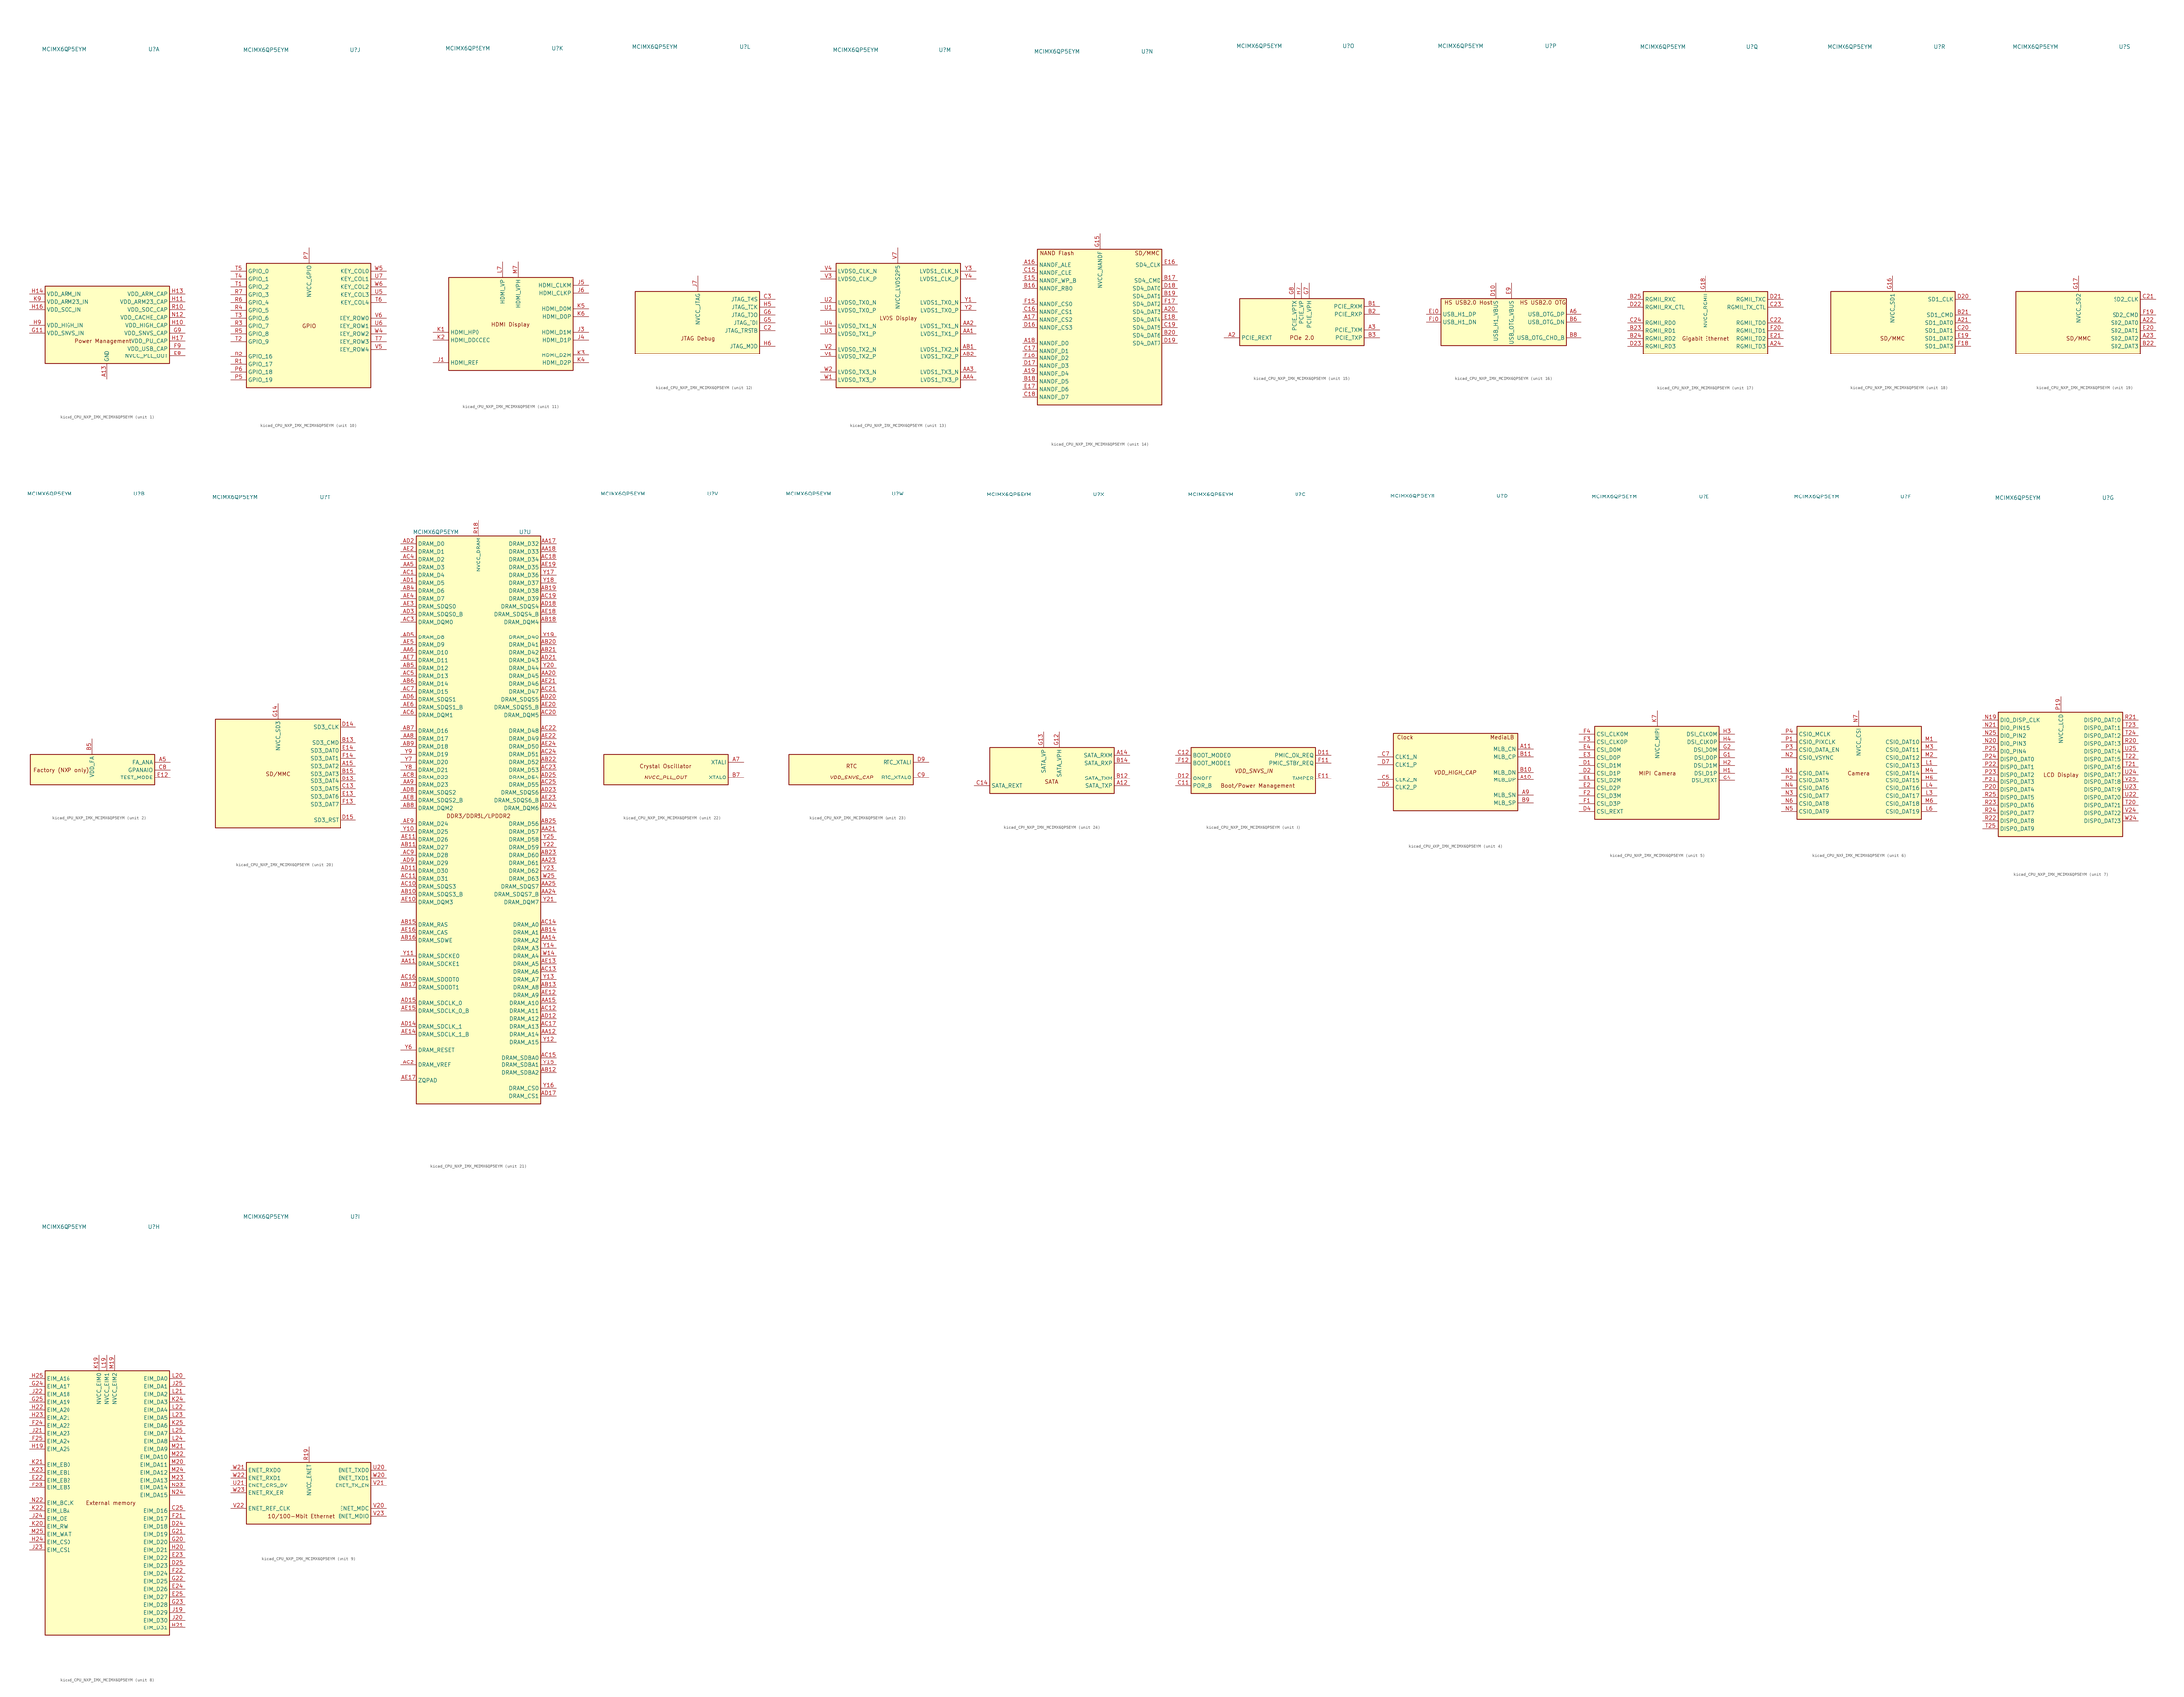
<source format=kicad_sym>
(kicad_symbol_lib
  (version 20220914)
  (generator kicad_symbol_editor)
  (symbol "kicad_CPU_NXP_IMX_MCIMX6QP5EYM"
    (property "Reference" "U"
      (at 15.24 90.17 0)
      (effects (font (size 1.27 1.27))))
    (property "Value" "MCIMX6QP5EYM"
      (at -13.97 90.17 0)
      (effects (font (size 1.27 1.27))))
    (property "ki_locked" ""
      (at 0 0 0)
      (effects (font (size 1.27 1.27))))
    (symbol "kicad_CPU_NXP_IMX_MCIMX6QP5EYM_1_0"
      (text "Power Management" (at -1.27 -5.08 0) (effects (font (size 1.27 1.27)))))
    (symbol "kicad_CPU_NXP_IMX_MCIMX6QP5EYM_1_1"
      (rectangle (start -20.32 12.7) (end 20.32 -12.7) (stroke (width 0.254) (type default)) (fill (type background)))
      (pin power_in line (at 0 -17.78 90) (length 5.08) (name "GND" (effects (font (size 1.27 1.27)))) (number "A13" (effects (font (size 1.27 1.27)))))
      (pin passive line (at 0 -17.78 90) (length 5.08) hide (name "GND" (effects (font (size 1.27 1.27)))) (number "A25" (effects (font (size 1.27 1.27)))))
      (pin passive line (at 0 -17.78 90) (length 5.08) hide (name "GND" (effects (font (size 1.27 1.27)))) (number "A4" (effects (font (size 1.27 1.27)))))
      (pin passive line (at 0 -17.78 90) (length 5.08) hide (name "GND" (effects (font (size 1.27 1.27)))) (number "A8" (effects (font (size 1.27 1.27)))))
      (pin passive line (at 0 -17.78 90) (length 5.08) hide (name "GND" (effects (font (size 1.27 1.27)))) (number "AA10" (effects (font (size 1.27 1.27)))))
      (pin passive line (at 0 -17.78 90) (length 5.08) hide (name "GND" (effects (font (size 1.27 1.27)))) (number "AA13" (effects (font (size 1.27 1.27)))))
      (pin passive line (at 0 -17.78 90) (length 5.08) hide (name "GND" (effects (font (size 1.27 1.27)))) (number "AA16" (effects (font (size 1.27 1.27)))))
      (pin passive line (at 0 -17.78 90) (length 5.08) hide (name "GND" (effects (font (size 1.27 1.27)))) (number "AA19" (effects (font (size 1.27 1.27)))))
      (pin passive line (at 0 -17.78 90) (length 5.08) hide (name "GND" (effects (font (size 1.27 1.27)))) (number "AA22" (effects (font (size 1.27 1.27)))))
      (pin passive line (at 0 -17.78 90) (length 5.08) hide (name "GND" (effects (font (size 1.27 1.27)))) (number "AA7" (effects (font (size 1.27 1.27)))))
      (pin passive line (at 0 -17.78 90) (length 5.08) hide (name "GND" (effects (font (size 1.27 1.27)))) (number "AB24" (effects (font (size 1.27 1.27)))))
      (pin passive line (at 0 -17.78 90) (length 5.08) hide (name "GND" (effects (font (size 1.27 1.27)))) (number "AB3" (effects (font (size 1.27 1.27)))))
      (pin passive line (at 0 -17.78 90) (length 5.08) hide (name "GND" (effects (font (size 1.27 1.27)))) (number "AD10" (effects (font (size 1.27 1.27)))))
      (pin passive line (at 0 -17.78 90) (length 5.08) hide (name "GND" (effects (font (size 1.27 1.27)))) (number "AD13" (effects (font (size 1.27 1.27)))))
      (pin passive line (at 0 -17.78 90) (length 5.08) hide (name "GND" (effects (font (size 1.27 1.27)))) (number "AD16" (effects (font (size 1.27 1.27)))))
      (pin passive line (at 0 -17.78 90) (length 5.08) hide (name "GND" (effects (font (size 1.27 1.27)))) (number "AD19" (effects (font (size 1.27 1.27)))))
      (pin passive line (at 0 -17.78 90) (length 5.08) hide (name "GND" (effects (font (size 1.27 1.27)))) (number "AD22" (effects (font (size 1.27 1.27)))))
      (pin passive line (at 0 -17.78 90) (length 5.08) hide (name "GND" (effects (font (size 1.27 1.27)))) (number "AD4" (effects (font (size 1.27 1.27)))))
      (pin passive line (at 0 -17.78 90) (length 5.08) hide (name "GND" (effects (font (size 1.27 1.27)))) (number "AD7" (effects (font (size 1.27 1.27)))))
      (pin passive line (at 0 -17.78 90) (length 5.08) hide (name "GND" (effects (font (size 1.27 1.27)))) (number "AE1" (effects (font (size 1.27 1.27)))))
      (pin passive line (at 0 -17.78 90) (length 5.08) hide (name "GND" (effects (font (size 1.27 1.27)))) (number "AE25" (effects (font (size 1.27 1.27)))))
      (pin passive line (at 0 -17.78 90) (length 5.08) hide (name "GND" (effects (font (size 1.27 1.27)))) (number "B4" (effects (font (size 1.27 1.27)))))
      (pin passive line (at 0 -17.78 90) (length 5.08) hide (name "GND" (effects (font (size 1.27 1.27)))) (number "C1" (effects (font (size 1.27 1.27)))))
      (pin passive line (at 0 -17.78 90) (length 5.08) hide (name "GND" (effects (font (size 1.27 1.27)))) (number "C10" (effects (font (size 1.27 1.27)))))
      (pin passive line (at 0 -17.78 90) (length 5.08) hide (name "GND" (effects (font (size 1.27 1.27)))) (number "C4" (effects (font (size 1.27 1.27)))))
      (pin passive line (at 0 -17.78 90) (length 5.08) hide (name "GND" (effects (font (size 1.27 1.27)))) (number "C6" (effects (font (size 1.27 1.27)))))
      (pin passive line (at 0 -17.78 90) (length 5.08) hide (name "GND" (effects (font (size 1.27 1.27)))) (number "D3" (effects (font (size 1.27 1.27)))))
      (pin passive line (at 0 -17.78 90) (length 5.08) hide (name "GND" (effects (font (size 1.27 1.27)))) (number "D6" (effects (font (size 1.27 1.27)))))
      (pin passive line (at 0 -17.78 90) (length 5.08) hide (name "GND" (effects (font (size 1.27 1.27)))) (number "D8" (effects (font (size 1.27 1.27)))))
      (pin passive line (at 0 -17.78 90) (length 5.08) hide (name "GND" (effects (font (size 1.27 1.27)))) (number "E5" (effects (font (size 1.27 1.27)))))
      (pin passive line (at 0 -17.78 90) (length 5.08) hide (name "GND" (effects (font (size 1.27 1.27)))) (number "E6" (effects (font (size 1.27 1.27)))))
      (pin passive line (at 0 -17.78 90) (length 5.08) hide (name "GND" (effects (font (size 1.27 1.27)))) (number "E7" (effects (font (size 1.27 1.27)))))
      (pin power_out line (at 25.4 -10.16 180) (length 5.08) (name "NVCC_PLL_OUT" (effects (font (size 1.27 1.27)))) (number "E8" (effects (font (size 1.27 1.27)))))
      (pin passive line (at 0 -17.78 90) (length 5.08) hide (name "GND" (effects (font (size 1.27 1.27)))) (number "F5" (effects (font (size 1.27 1.27)))))
      (pin passive line (at 0 -17.78 90) (length 5.08) hide (name "GND" (effects (font (size 1.27 1.27)))) (number "F6" (effects (font (size 1.27 1.27)))))
      (pin passive line (at 0 -17.78 90) (length 5.08) hide (name "GND" (effects (font (size 1.27 1.27)))) (number "F7" (effects (font (size 1.27 1.27)))))
      (pin passive line (at 0 -17.78 90) (length 5.08) hide (name "GND" (effects (font (size 1.27 1.27)))) (number "F8" (effects (font (size 1.27 1.27)))))
      (pin power_out line (at 25.4 -7.62 180) (length 5.08) (name "VDD_USB_CAP" (effects (font (size 1.27 1.27)))) (number "F9" (effects (font (size 1.27 1.27)))))
      (pin passive line (at 0 -17.78 90) (length 5.08) hide (name "GND" (effects (font (size 1.27 1.27)))) (number "G10" (effects (font (size 1.27 1.27)))))
      (pin power_in line (at -25.4 -2.54 0) (length 5.08) (name "VDD_SNVS_IN" (effects (font (size 1.27 1.27)))) (number "G11" (effects (font (size 1.27 1.27)))))
      (pin passive line (at 0 -17.78 90) (length 5.08) hide (name "GND" (effects (font (size 1.27 1.27)))) (number "G19" (effects (font (size 1.27 1.27)))))
      (pin passive line (at 0 -17.78 90) (length 5.08) hide (name "GND" (effects (font (size 1.27 1.27)))) (number "G3" (effects (font (size 1.27 1.27)))))
      (pin power_out line (at 25.4 -2.54 180) (length 5.08) (name "VDD_SNVS_CAP" (effects (font (size 1.27 1.27)))) (number "G9" (effects (font (size 1.27 1.27)))))
      (pin power_out line (at 25.4 0 180) (length 5.08) (name "VDD_HIGH_CAP" (effects (font (size 1.27 1.27)))) (number "H10" (effects (font (size 1.27 1.27)))))
      (pin power_out line (at 25.4 7.62 180) (length 5.08) (name "VDD_ARM23_CAP" (effects (font (size 1.27 1.27)))) (number "H11" (effects (font (size 1.27 1.27)))))
      (pin passive line (at 0 -17.78 90) (length 5.08) hide (name "GND" (effects (font (size 1.27 1.27)))) (number "H12" (effects (font (size 1.27 1.27)))))
      (pin power_out line (at 25.4 10.16 180) (length 5.08) (name "VDD_ARM_CAP" (effects (font (size 1.27 1.27)))) (number "H13" (effects (font (size 1.27 1.27)))))
      (pin power_in line (at -25.4 10.16 0) (length 5.08) (name "VDD_ARM_IN" (effects (font (size 1.27 1.27)))) (number "H14" (effects (font (size 1.27 1.27)))))
      (pin passive line (at 0 -17.78 90) (length 5.08) hide (name "GND" (effects (font (size 1.27 1.27)))) (number "H15" (effects (font (size 1.27 1.27)))))
      (pin power_in line (at -25.4 5.08 0) (length 5.08) (name "VDD_SOC_IN" (effects (font (size 1.27 1.27)))) (number "H16" (effects (font (size 1.27 1.27)))))
      (pin power_out line (at 25.4 -5.08 180) (length 5.08) (name "VDD_PU_CAP" (effects (font (size 1.27 1.27)))) (number "H17" (effects (font (size 1.27 1.27)))))
      (pin passive line (at 0 -17.78 90) (length 5.08) hide (name "GND" (effects (font (size 1.27 1.27)))) (number "H18" (effects (font (size 1.27 1.27)))))
      (pin passive line (at 0 -17.78 90) (length 5.08) hide (name "GND" (effects (font (size 1.27 1.27)))) (number "H8" (effects (font (size 1.27 1.27)))))
      (pin power_in line (at -25.4 0 0) (length 5.08) (name "VDD_HIGH_IN" (effects (font (size 1.27 1.27)))) (number "H9" (effects (font (size 1.27 1.27)))))
      (pin passive line (at 25.4 0 180) (length 5.08) hide (name "VDD_HIGH_CAP" (effects (font (size 1.27 1.27)))) (number "J10" (effects (font (size 1.27 1.27)))))
      (pin passive line (at 25.4 7.62 180) (length 5.08) hide (name "VDD_ARM23_CAP" (effects (font (size 1.27 1.27)))) (number "J11" (effects (font (size 1.27 1.27)))))
      (pin passive line (at 0 -17.78 90) (length 5.08) hide (name "GND" (effects (font (size 1.27 1.27)))) (number "J12" (effects (font (size 1.27 1.27)))))
      (pin passive line (at 25.4 10.16 180) (length 5.08) hide (name "VDD_ARM_CAP" (effects (font (size 1.27 1.27)))) (number "J13" (effects (font (size 1.27 1.27)))))
      (pin passive line (at -25.4 10.16 0) (length 5.08) hide (name "VDD_ARM_IN" (effects (font (size 1.27 1.27)))) (number "J14" (effects (font (size 1.27 1.27)))))
      (pin passive line (at 0 -17.78 90) (length 5.08) hide (name "GND" (effects (font (size 1.27 1.27)))) (number "J15" (effects (font (size 1.27 1.27)))))
      (pin passive line (at -25.4 5.08 0) (length 5.08) hide (name "VDD_SOC_IN" (effects (font (size 1.27 1.27)))) (number "J16" (effects (font (size 1.27 1.27)))))
      (pin passive line (at 25.4 -5.08 180) (length 5.08) hide (name "VDD_PU_CAP" (effects (font (size 1.27 1.27)))) (number "J17" (effects (font (size 1.27 1.27)))))
      (pin passive line (at 0 -17.78 90) (length 5.08) hide (name "GND" (effects (font (size 1.27 1.27)))) (number "J18" (effects (font (size 1.27 1.27)))))
      (pin passive line (at 0 -17.78 90) (length 5.08) hide (name "GND" (effects (font (size 1.27 1.27)))) (number "J2" (effects (font (size 1.27 1.27)))))
      (pin passive line (at 0 -17.78 90) (length 5.08) hide (name "GND" (effects (font (size 1.27 1.27)))) (number "J8" (effects (font (size 1.27 1.27)))))
      (pin passive line (at -25.4 0 0) (length 5.08) hide (name "VDD_HIGH_IN" (effects (font (size 1.27 1.27)))) (number "J9" (effects (font (size 1.27 1.27)))))
      (pin passive line (at 0 -17.78 90) (length 5.08) hide (name "GND" (effects (font (size 1.27 1.27)))) (number "K10" (effects (font (size 1.27 1.27)))))
      (pin passive line (at 25.4 7.62 180) (length 5.08) hide (name "VDD_ARM23_CAP" (effects (font (size 1.27 1.27)))) (number "K11" (effects (font (size 1.27 1.27)))))
      (pin passive line (at 0 -17.78 90) (length 5.08) hide (name "GND" (effects (font (size 1.27 1.27)))) (number "K12" (effects (font (size 1.27 1.27)))))
      (pin passive line (at 25.4 10.16 180) (length 5.08) hide (name "VDD_ARM_CAP" (effects (font (size 1.27 1.27)))) (number "K13" (effects (font (size 1.27 1.27)))))
      (pin passive line (at -25.4 10.16 0) (length 5.08) hide (name "VDD_ARM_IN" (effects (font (size 1.27 1.27)))) (number "K14" (effects (font (size 1.27 1.27)))))
      (pin passive line (at 0 -17.78 90) (length 5.08) hide (name "GND" (effects (font (size 1.27 1.27)))) (number "K15" (effects (font (size 1.27 1.27)))))
      (pin passive line (at -25.4 5.08 0) (length 5.08) hide (name "VDD_SOC_IN" (effects (font (size 1.27 1.27)))) (number "K16" (effects (font (size 1.27 1.27)))))
      (pin passive line (at 25.4 -5.08 180) (length 5.08) hide (name "VDD_PU_CAP" (effects (font (size 1.27 1.27)))) (number "K17" (effects (font (size 1.27 1.27)))))
      (pin passive line (at 0 -17.78 90) (length 5.08) hide (name "GND" (effects (font (size 1.27 1.27)))) (number "K18" (effects (font (size 1.27 1.27)))))
      (pin passive line (at 0 -17.78 90) (length 5.08) hide (name "GND" (effects (font (size 1.27 1.27)))) (number "K8" (effects (font (size 1.27 1.27)))))
      (pin power_in line (at -25.4 7.62 0) (length 5.08) (name "VDD_ARM23_IN" (effects (font (size 1.27 1.27)))) (number "K9" (effects (font (size 1.27 1.27)))))
      (pin passive line (at 0 -17.78 90) (length 5.08) hide (name "GND" (effects (font (size 1.27 1.27)))) (number "L10" (effects (font (size 1.27 1.27)))))
      (pin passive line (at 25.4 7.62 180) (length 5.08) hide (name "VDD_ARM23_CAP" (effects (font (size 1.27 1.27)))) (number "L11" (effects (font (size 1.27 1.27)))))
      (pin passive line (at 0 -17.78 90) (length 5.08) hide (name "GND" (effects (font (size 1.27 1.27)))) (number "L12" (effects (font (size 1.27 1.27)))))
      (pin passive line (at 25.4 10.16 180) (length 5.08) hide (name "VDD_ARM_CAP" (effects (font (size 1.27 1.27)))) (number "L13" (effects (font (size 1.27 1.27)))))
      (pin passive line (at -25.4 10.16 0) (length 5.08) hide (name "VDD_ARM_IN" (effects (font (size 1.27 1.27)))) (number "L14" (effects (font (size 1.27 1.27)))))
      (pin passive line (at 0 -17.78 90) (length 5.08) hide (name "GND" (effects (font (size 1.27 1.27)))) (number "L15" (effects (font (size 1.27 1.27)))))
      (pin passive line (at -25.4 5.08 0) (length 5.08) hide (name "VDD_SOC_IN" (effects (font (size 1.27 1.27)))) (number "L16" (effects (font (size 1.27 1.27)))))
      (pin passive line (at 25.4 -5.08 180) (length 5.08) hide (name "VDD_PU_CAP" (effects (font (size 1.27 1.27)))) (number "L17" (effects (font (size 1.27 1.27)))))
      (pin passive line (at 0 -17.78 90) (length 5.08) hide (name "GND" (effects (font (size 1.27 1.27)))) (number "L18" (effects (font (size 1.27 1.27)))))
      (pin passive line (at 0 -17.78 90) (length 5.08) hide (name "GND" (effects (font (size 1.27 1.27)))) (number "L2" (effects (font (size 1.27 1.27)))))
      (pin passive line (at 0 -17.78 90) (length 5.08) hide (name "GND" (effects (font (size 1.27 1.27)))) (number "L5" (effects (font (size 1.27 1.27)))))
      (pin passive line (at 0 -17.78 90) (length 5.08) hide (name "GND" (effects (font (size 1.27 1.27)))) (number "L8" (effects (font (size 1.27 1.27)))))
      (pin passive line (at -25.4 7.62 0) (length 5.08) hide (name "VDD_ARM23_IN" (effects (font (size 1.27 1.27)))) (number "L9" (effects (font (size 1.27 1.27)))))
      (pin passive line (at 0 -17.78 90) (length 5.08) hide (name "GND" (effects (font (size 1.27 1.27)))) (number "M10" (effects (font (size 1.27 1.27)))))
      (pin passive line (at 25.4 7.62 180) (length 5.08) hide (name "VDD_ARM23_CAP" (effects (font (size 1.27 1.27)))) (number "M11" (effects (font (size 1.27 1.27)))))
      (pin passive line (at 0 -17.78 90) (length 5.08) hide (name "GND" (effects (font (size 1.27 1.27)))) (number "M12" (effects (font (size 1.27 1.27)))))
      (pin passive line (at 25.4 10.16 180) (length 5.08) hide (name "VDD_ARM_CAP" (effects (font (size 1.27 1.27)))) (number "M13" (effects (font (size 1.27 1.27)))))
      (pin passive line (at -25.4 10.16 0) (length 5.08) hide (name "VDD_ARM_IN" (effects (font (size 1.27 1.27)))) (number "M14" (effects (font (size 1.27 1.27)))))
      (pin passive line (at 0 -17.78 90) (length 5.08) hide (name "GND" (effects (font (size 1.27 1.27)))) (number "M15" (effects (font (size 1.27 1.27)))))
      (pin passive line (at -25.4 5.08 0) (length 5.08) hide (name "VDD_SOC_IN" (effects (font (size 1.27 1.27)))) (number "M16" (effects (font (size 1.27 1.27)))))
      (pin passive line (at 25.4 -5.08 180) (length 5.08) hide (name "VDD_PU_CAP" (effects (font (size 1.27 1.27)))) (number "M17" (effects (font (size 1.27 1.27)))))
      (pin passive line (at 0 -17.78 90) (length 5.08) hide (name "GND" (effects (font (size 1.27 1.27)))) (number "M18" (effects (font (size 1.27 1.27)))))
      (pin passive line (at 0 -17.78 90) (length 5.08) hide (name "GND" (effects (font (size 1.27 1.27)))) (number "M8" (effects (font (size 1.27 1.27)))))
      (pin passive line (at -25.4 7.62 0) (length 5.08) hide (name "VDD_ARM23_IN" (effects (font (size 1.27 1.27)))) (number "M9" (effects (font (size 1.27 1.27)))))
      (pin passive line (at 0 -17.78 90) (length 5.08) hide (name "GND" (effects (font (size 1.27 1.27)))) (number "N10" (effects (font (size 1.27 1.27)))))
      (pin passive line (at 25.4 7.62 180) (length 5.08) hide (name "VDD_ARM23_CAP" (effects (font (size 1.27 1.27)))) (number "N11" (effects (font (size 1.27 1.27)))))
      (pin power_in line (at 25.4 2.54 180) (length 5.08) (name "VDD_CACHE_CAP" (effects (font (size 1.27 1.27)))) (number "N12" (effects (font (size 1.27 1.27)))))
      (pin passive line (at 25.4 10.16 180) (length 5.08) hide (name "VDD_ARM_CAP" (effects (font (size 1.27 1.27)))) (number "N13" (effects (font (size 1.27 1.27)))))
      (pin passive line (at -25.4 10.16 0) (length 5.08) hide (name "VDD_ARM_IN" (effects (font (size 1.27 1.27)))) (number "N14" (effects (font (size 1.27 1.27)))))
      (pin passive line (at 0 -17.78 90) (length 5.08) hide (name "GND" (effects (font (size 1.27 1.27)))) (number "N15" (effects (font (size 1.27 1.27)))))
      (pin passive line (at -25.4 5.08 0) (length 5.08) hide (name "VDD_SOC_IN" (effects (font (size 1.27 1.27)))) (number "N16" (effects (font (size 1.27 1.27)))))
      (pin passive line (at 25.4 -5.08 180) (length 5.08) hide (name "VDD_PU_CAP" (effects (font (size 1.27 1.27)))) (number "N17" (effects (font (size 1.27 1.27)))))
      (pin passive line (at 0 -17.78 90) (length 5.08) hide (name "GND" (effects (font (size 1.27 1.27)))) (number "N18" (effects (font (size 1.27 1.27)))))
      (pin passive line (at 0 -17.78 90) (length 5.08) hide (name "GND" (effects (font (size 1.27 1.27)))) (number "N8" (effects (font (size 1.27 1.27)))))
      (pin passive line (at -25.4 7.62 0) (length 5.08) hide (name "VDD_ARM23_IN" (effects (font (size 1.27 1.27)))) (number "N9" (effects (font (size 1.27 1.27)))))
      (pin passive line (at 0 -17.78 90) (length 5.08) hide (name "GND" (effects (font (size 1.27 1.27)))) (number "P10" (effects (font (size 1.27 1.27)))))
      (pin passive line (at 25.4 7.62 180) (length 5.08) hide (name "VDD_ARM23_CAP" (effects (font (size 1.27 1.27)))) (number "P11" (effects (font (size 1.27 1.27)))))
      (pin passive line (at 0 -17.78 90) (length 5.08) hide (name "GND" (effects (font (size 1.27 1.27)))) (number "P12" (effects (font (size 1.27 1.27)))))
      (pin passive line (at 25.4 10.16 180) (length 5.08) hide (name "VDD_ARM_CAP" (effects (font (size 1.27 1.27)))) (number "P13" (effects (font (size 1.27 1.27)))))
      (pin passive line (at -25.4 10.16 0) (length 5.08) hide (name "VDD_ARM_IN" (effects (font (size 1.27 1.27)))) (number "P14" (effects (font (size 1.27 1.27)))))
      (pin passive line (at 0 -17.78 90) (length 5.08) hide (name "GND" (effects (font (size 1.27 1.27)))) (number "P15" (effects (font (size 1.27 1.27)))))
      (pin passive line (at -25.4 5.08 0) (length 5.08) hide (name "VDD_SOC_IN" (effects (font (size 1.27 1.27)))) (number "P16" (effects (font (size 1.27 1.27)))))
      (pin passive line (at 25.4 -5.08 180) (length 5.08) hide (name "VDD_PU_CAP" (effects (font (size 1.27 1.27)))) (number "P17" (effects (font (size 1.27 1.27)))))
      (pin passive line (at 0 -17.78 90) (length 5.08) hide (name "GND" (effects (font (size 1.27 1.27)))) (number "P18" (effects (font (size 1.27 1.27)))))
      (pin passive line (at 0 -17.78 90) (length 5.08) hide (name "GND" (effects (font (size 1.27 1.27)))) (number "P8" (effects (font (size 1.27 1.27)))))
      (pin passive line (at -25.4 7.62 0) (length 5.08) hide (name "VDD_ARM23_IN" (effects (font (size 1.27 1.27)))) (number "P9" (effects (font (size 1.27 1.27)))))
      (pin power_out line (at 25.4 5.08 180) (length 5.08) (name "VDD_SOC_CAP" (effects (font (size 1.27 1.27)))) (number "R10" (effects (font (size 1.27 1.27)))))
      (pin passive line (at 25.4 7.62 180) (length 5.08) hide (name "VDD_ARM23_CAP" (effects (font (size 1.27 1.27)))) (number "R11" (effects (font (size 1.27 1.27)))))
      (pin passive line (at 0 -17.78 90) (length 5.08) hide (name "GND" (effects (font (size 1.27 1.27)))) (number "R12" (effects (font (size 1.27 1.27)))))
      (pin passive line (at 25.4 10.16 180) (length 5.08) hide (name "VDD_ARM_CAP" (effects (font (size 1.27 1.27)))) (number "R13" (effects (font (size 1.27 1.27)))))
      (pin passive line (at -25.4 10.16 0) (length 5.08) hide (name "VDD_ARM_IN" (effects (font (size 1.27 1.27)))) (number "R14" (effects (font (size 1.27 1.27)))))
      (pin passive line (at 0 -17.78 90) (length 5.08) hide (name "GND" (effects (font (size 1.27 1.27)))) (number "R15" (effects (font (size 1.27 1.27)))))
      (pin passive line (at -25.4 5.08 0) (length 5.08) hide (name "VDD_SOC_IN" (effects (font (size 1.27 1.27)))) (number "R16" (effects (font (size 1.27 1.27)))))
      (pin passive line (at 0 -17.78 90) (length 5.08) hide (name "GND" (effects (font (size 1.27 1.27)))) (number "R17" (effects (font (size 1.27 1.27)))))
      (pin passive line (at 0 -17.78 90) (length 5.08) hide (name "GND" (effects (font (size 1.27 1.27)))) (number "R8" (effects (font (size 1.27 1.27)))))
      (pin passive line (at -25.4 7.62 0) (length 5.08) hide (name "VDD_ARM23_IN" (effects (font (size 1.27 1.27)))) (number "R9" (effects (font (size 1.27 1.27)))))
      (pin passive line (at 25.4 5.08 180) (length 5.08) hide (name "VDD_SOC_CAP" (effects (font (size 1.27 1.27)))) (number "T10" (effects (font (size 1.27 1.27)))))
      (pin passive line (at 0 -17.78 90) (length 5.08) hide (name "GND" (effects (font (size 1.27 1.27)))) (number "T11" (effects (font (size 1.27 1.27)))))
      (pin passive line (at 0 -17.78 90) (length 5.08) hide (name "GND" (effects (font (size 1.27 1.27)))) (number "T12" (effects (font (size 1.27 1.27)))))
      (pin passive line (at 25.4 5.08 180) (length 5.08) hide (name "VDD_SOC_CAP" (effects (font (size 1.27 1.27)))) (number "T13" (effects (font (size 1.27 1.27)))))
      (pin passive line (at 25.4 5.08 180) (length 5.08) hide (name "VDD_SOC_CAP" (effects (font (size 1.27 1.27)))) (number "T14" (effects (font (size 1.27 1.27)))))
      (pin passive line (at 0 -17.78 90) (length 5.08) hide (name "GND" (effects (font (size 1.27 1.27)))) (number "T15" (effects (font (size 1.27 1.27)))))
      (pin passive line (at -25.4 5.08 0) (length 5.08) hide (name "VDD_SOC_IN" (effects (font (size 1.27 1.27)))) (number "T16" (effects (font (size 1.27 1.27)))))
      (pin passive line (at 0 -17.78 90) (length 5.08) hide (name "GND" (effects (font (size 1.27 1.27)))) (number "T17" (effects (font (size 1.27 1.27)))))
      (pin passive line (at 0 -17.78 90) (length 5.08) hide (name "GND" (effects (font (size 1.27 1.27)))) (number "T19" (effects (font (size 1.27 1.27)))))
      (pin passive line (at 0 -17.78 90) (length 5.08) hide (name "GND" (effects (font (size 1.27 1.27)))) (number "T8" (effects (font (size 1.27 1.27)))))
      (pin passive line (at -25.4 7.62 0) (length 5.08) hide (name "VDD_ARM23_IN" (effects (font (size 1.27 1.27)))) (number "T9" (effects (font (size 1.27 1.27)))))
      (pin passive line (at 25.4 5.08 180) (length 5.08) hide (name "VDD_SOC_CAP" (effects (font (size 1.27 1.27)))) (number "U10" (effects (font (size 1.27 1.27)))))
      (pin passive line (at 0 -17.78 90) (length 5.08) hide (name "GND" (effects (font (size 1.27 1.27)))) (number "U11" (effects (font (size 1.27 1.27)))))
      (pin passive line (at 0 -17.78 90) (length 5.08) hide (name "GND" (effects (font (size 1.27 1.27)))) (number "U12" (effects (font (size 1.27 1.27)))))
      (pin passive line (at 25.4 5.08 180) (length 5.08) hide (name "VDD_SOC_CAP" (effects (font (size 1.27 1.27)))) (number "U13" (effects (font (size 1.27 1.27)))))
      (pin passive line (at 25.4 5.08 180) (length 5.08) hide (name "VDD_SOC_CAP" (effects (font (size 1.27 1.27)))) (number "U14" (effects (font (size 1.27 1.27)))))
      (pin passive line (at 0 -17.78 90) (length 5.08) hide (name "GND" (effects (font (size 1.27 1.27)))) (number "U15" (effects (font (size 1.27 1.27)))))
      (pin passive line (at -25.4 5.08 0) (length 5.08) hide (name "VDD_SOC_IN" (effects (font (size 1.27 1.27)))) (number "U16" (effects (font (size 1.27 1.27)))))
      (pin passive line (at 0 -17.78 90) (length 5.08) hide (name "GND" (effects (font (size 1.27 1.27)))) (number "U17" (effects (font (size 1.27 1.27)))))
      (pin passive line (at 0 -17.78 90) (length 5.08) hide (name "GND" (effects (font (size 1.27 1.27)))) (number "U19" (effects (font (size 1.27 1.27)))))
      (pin passive line (at 0 -17.78 90) (length 5.08) hide (name "GND" (effects (font (size 1.27 1.27)))) (number "U8" (effects (font (size 1.27 1.27)))))
      (pin passive line (at -25.4 7.62 0) (length 5.08) hide (name "VDD_ARM23_IN" (effects (font (size 1.27 1.27)))) (number "U9" (effects (font (size 1.27 1.27)))))
      (pin passive line (at 0 -17.78 90) (length 5.08) hide (name "GND" (effects (font (size 1.27 1.27)))) (number "V19" (effects (font (size 1.27 1.27)))))
      (pin passive line (at 0 -17.78 90) (length 5.08) hide (name "GND" (effects (font (size 1.27 1.27)))) (number "V8" (effects (font (size 1.27 1.27)))))
      (pin passive line (at 0 -17.78 90) (length 5.08) hide (name "GND" (effects (font (size 1.27 1.27)))) (number "W10" (effects (font (size 1.27 1.27)))))
      (pin passive line (at 0 -17.78 90) (length 5.08) hide (name "GND" (effects (font (size 1.27 1.27)))) (number "W11" (effects (font (size 1.27 1.27)))))
      (pin passive line (at 0 -17.78 90) (length 5.08) hide (name "GND" (effects (font (size 1.27 1.27)))) (number "W12" (effects (font (size 1.27 1.27)))))
      (pin passive line (at 0 -17.78 90) (length 5.08) hide (name "GND" (effects (font (size 1.27 1.27)))) (number "W13" (effects (font (size 1.27 1.27)))))
      (pin passive line (at 0 -17.78 90) (length 5.08) hide (name "GND" (effects (font (size 1.27 1.27)))) (number "W15" (effects (font (size 1.27 1.27)))))
      (pin passive line (at 0 -17.78 90) (length 5.08) hide (name "GND" (effects (font (size 1.27 1.27)))) (number "W16" (effects (font (size 1.27 1.27)))))
      (pin passive line (at 0 -17.78 90) (length 5.08) hide (name "GND" (effects (font (size 1.27 1.27)))) (number "W17" (effects (font (size 1.27 1.27)))))
      (pin passive line (at 0 -17.78 90) (length 5.08) hide (name "GND" (effects (font (size 1.27 1.27)))) (number "W18" (effects (font (size 1.27 1.27)))))
      (pin passive line (at 0 -17.78 90) (length 5.08) hide (name "GND" (effects (font (size 1.27 1.27)))) (number "W19" (effects (font (size 1.27 1.27)))))
      (pin passive line (at 0 -17.78 90) (length 5.08) hide (name "GND" (effects (font (size 1.27 1.27)))) (number "W3" (effects (font (size 1.27 1.27)))))
      (pin passive line (at 0 -17.78 90) (length 5.08) hide (name "GND" (effects (font (size 1.27 1.27)))) (number "W7" (effects (font (size 1.27 1.27)))))
      (pin passive line (at 0 -17.78 90) (length 5.08) hide (name "GND" (effects (font (size 1.27 1.27)))) (number "W8" (effects (font (size 1.27 1.27)))))
      (pin passive line (at 0 -17.78 90) (length 5.08) hide (name "GND" (effects (font (size 1.27 1.27)))) (number "W9" (effects (font (size 1.27 1.27)))))
      (pin passive line (at 0 -17.78 90) (length 5.08) hide (name "GND" (effects (font (size 1.27 1.27)))) (number "Y24" (effects (font (size 1.27 1.27)))))
      (pin passive line (at 0 -17.78 90) (length 5.08) hide (name "GND" (effects (font (size 1.27 1.27)))) (number "Y5" (effects (font (size 1.27 1.27))))))
    (symbol "kicad_CPU_NXP_IMX_MCIMX6QP5EYM_2_0"
      (text "Factory (NXP only)" (at -10.16 0 0) (effects (font (size 1.27 1.27)))))
    (symbol "kicad_CPU_NXP_IMX_MCIMX6QP5EYM_2_1"
      (rectangle (start -20.32 5.08) (end 20.32 -5.08) (stroke (width 0.254) (type default)) (fill (type background)))
      (pin passive line (at 25.4 2.54 180) (length 5.08) (name "FA_ANA" (effects (font (size 1.27 1.27)))) (number "A5" (effects (font (size 1.27 1.27)))))
      (pin passive line (at 0 10.16 270) (length 5.08) (name "VDD_FA" (effects (font (size 1.27 1.27)))) (number "B5" (effects (font (size 1.27 1.27)))))
      (pin passive line (at 25.4 0 180) (length 5.08) (name "GPANAIO" (effects (font (size 1.27 1.27)))) (number "C8" (effects (font (size 1.27 1.27)))))
      (pin passive line (at 25.4 -2.54 180) (length 5.08) (name "TEST_MODE" (effects (font (size 1.27 1.27)))) (number "E12" (effects (font (size 1.27 1.27))))))
    (symbol "kicad_CPU_NXP_IMX_MCIMX6QP5EYM_3_0"
      (text "Boot/Power Management" (at 1.27 -5.08 0) (effects (font (size 1.27 1.27)))))
    (symbol "kicad_CPU_NXP_IMX_MCIMX6QP5EYM_3_1"
      (rectangle (start -20.32 7.62) (end 20.32 -7.62) (stroke (width 0.254) (type default)) (fill (type background)))
      (text "VDD_SNVS_IN" (at 0 0 0) (effects (font (size 1.27 1.27) italic)))
      (pin input line (at -25.4 -5.08 0) (length 5.08) (name "POR_B" (effects (font (size 1.27 1.27)))) (number "C11" (effects (font (size 1.27 1.27)))))
      (pin input line (at -25.4 5.08 0) (length 5.08) (name "BOOT_MODE0" (effects (font (size 1.27 1.27)))) (number "C12" (effects (font (size 1.27 1.27)))))
      (pin output line (at 25.4 5.08 180) (length 5.08) (name "PMIC_ON_REQ" (effects (font (size 1.27 1.27)))) (number "D11" (effects (font (size 1.27 1.27)))))
      (pin input line (at -25.4 -2.54 0) (length 5.08) (name "ONOFF" (effects (font (size 1.27 1.27)))) (number "D12" (effects (font (size 1.27 1.27)))))
      (pin input line (at 25.4 -2.54 180) (length 5.08) (name "TAMPER" (effects (font (size 1.27 1.27)))) (number "E11" (effects (font (size 1.27 1.27)))))
      (pin output line (at 25.4 2.54 180) (length 5.08) (name "PMIC_STBY_REQ" (effects (font (size 1.27 1.27)))) (number "F11" (effects (font (size 1.27 1.27)))))
      (pin input line (at -25.4 2.54 0) (length 5.08) (name "BOOT_MODE1" (effects (font (size 1.27 1.27)))) (number "F12" (effects (font (size 1.27 1.27))))))
    (symbol "kicad_CPU_NXP_IMX_MCIMX6QP5EYM_4_0"
      (text "Clock" (at -16.51 11.43 0) (effects (font (size 1.27 1.27))))
      (text "MediaLB" (at 15.24 11.43 0) (effects (font (size 1.27 1.27)))))
    (symbol "kicad_CPU_NXP_IMX_MCIMX6QP5EYM_4_1"
      (rectangle (start -20.32 12.7) (end 20.32 -12.7) (stroke (width 0.254) (type default)) (fill (type background)))
      (text "VDD_HIGH_CAP" (at 0 0 0) (effects (font (size 1.27 1.27) italic)))
      (pin bidirectional line (at 25.4 -2.54 180) (length 5.08) (name "MLB_DP" (effects (font (size 1.27 1.27)))) (number "A10" (effects (font (size 1.27 1.27)))))
      (pin input line (at 25.4 7.62 180) (length 5.08) (name "MLB_CN" (effects (font (size 1.27 1.27)))) (number "A11" (effects (font (size 1.27 1.27)))))
      (pin bidirectional line (at 25.4 -7.62 180) (length 5.08) (name "MLB_SN" (effects (font (size 1.27 1.27)))) (number "A9" (effects (font (size 1.27 1.27)))))
      (pin bidirectional line (at 25.4 0 180) (length 5.08) (name "MLB_DN" (effects (font (size 1.27 1.27)))) (number "B10" (effects (font (size 1.27 1.27)))))
      (pin input line (at 25.4 5.08 180) (length 5.08) (name "MLB_CP" (effects (font (size 1.27 1.27)))) (number "B11" (effects (font (size 1.27 1.27)))))
      (pin bidirectional line (at 25.4 -10.16 180) (length 5.08) (name "MLB_SP" (effects (font (size 1.27 1.27)))) (number "B9" (effects (font (size 1.27 1.27)))))
      (pin bidirectional line (at -25.4 -2.54 0) (length 5.08) (name "CLK2_N" (effects (font (size 1.27 1.27)))) (number "C5" (effects (font (size 1.27 1.27)))))
      (pin bidirectional line (at -25.4 5.08 0) (length 5.08) (name "CLK1_N" (effects (font (size 1.27 1.27)))) (number "C7" (effects (font (size 1.27 1.27)))))
      (pin bidirectional line (at -25.4 -5.08 0) (length 5.08) (name "CLK2_P" (effects (font (size 1.27 1.27)))) (number "D5" (effects (font (size 1.27 1.27)))))
      (pin bidirectional line (at -25.4 2.54 0) (length 5.08) (name "CLK1_P" (effects (font (size 1.27 1.27)))) (number "D7" (effects (font (size 1.27 1.27))))))
    (symbol "kicad_CPU_NXP_IMX_MCIMX6QP5EYM_5_0"
      (text "MIPI Camera" (at 0 0 0) (effects (font (size 1.27 1.27)))))
    (symbol "kicad_CPU_NXP_IMX_MCIMX6QP5EYM_5_1"
      (rectangle (start -20.32 15.24) (end 20.32 -15.24) (stroke (width 0.254) (type default)) (fill (type background)))
      (pin input line (at -25.4 2.54 0) (length 5.08) (name "CSI_D1M" (effects (font (size 1.27 1.27)))) (number "D1" (effects (font (size 1.27 1.27)))))
      (pin input line (at -25.4 0 0) (length 5.08) (name "CSI_D1P" (effects (font (size 1.27 1.27)))) (number "D2" (effects (font (size 1.27 1.27)))))
      (pin passive line (at -25.4 -12.7 0) (length 5.08) (name "CSI_REXT" (effects (font (size 1.27 1.27)))) (number "D4" (effects (font (size 1.27 1.27)))))
      (pin input line (at -25.4 -2.54 0) (length 5.08) (name "CSI_D2M" (effects (font (size 1.27 1.27)))) (number "E1" (effects (font (size 1.27 1.27)))))
      (pin input line (at -25.4 -5.08 0) (length 5.08) (name "CSI_D2P" (effects (font (size 1.27 1.27)))) (number "E2" (effects (font (size 1.27 1.27)))))
      (pin input line (at -25.4 5.08 0) (length 5.08) (name "CSI_D0P" (effects (font (size 1.27 1.27)))) (number "E3" (effects (font (size 1.27 1.27)))))
      (pin input line (at -25.4 7.62 0) (length 5.08) (name "CSI_D0M" (effects (font (size 1.27 1.27)))) (number "E4" (effects (font (size 1.27 1.27)))))
      (pin input line (at -25.4 -10.16 0) (length 5.08) (name "CSI_D3P" (effects (font (size 1.27 1.27)))) (number "F1" (effects (font (size 1.27 1.27)))))
      (pin input line (at -25.4 -7.62 0) (length 5.08) (name "CSI_D3M" (effects (font (size 1.27 1.27)))) (number "F2" (effects (font (size 1.27 1.27)))))
      (pin input line (at -25.4 10.16 0) (length 5.08) (name "CSI_CLK0P" (effects (font (size 1.27 1.27)))) (number "F3" (effects (font (size 1.27 1.27)))))
      (pin input line (at -25.4 12.7 0) (length 5.08) (name "CSI_CLK0M" (effects (font (size 1.27 1.27)))) (number "F4" (effects (font (size 1.27 1.27)))))
      (pin output line (at 25.4 5.08 180) (length 5.08) (name "DSI_D0P" (effects (font (size 1.27 1.27)))) (number "G1" (effects (font (size 1.27 1.27)))))
      (pin output line (at 25.4 7.62 180) (length 5.08) (name "DSI_D0M" (effects (font (size 1.27 1.27)))) (number "G2" (effects (font (size 1.27 1.27)))))
      (pin passive line (at 25.4 -2.54 180) (length 5.08) (name "DSI_REXT" (effects (font (size 1.27 1.27)))) (number "G4" (effects (font (size 1.27 1.27)))))
      (pin output line (at 25.4 0 180) (length 5.08) (name "DSI_D1P" (effects (font (size 1.27 1.27)))) (number "H1" (effects (font (size 1.27 1.27)))))
      (pin output line (at 25.4 2.54 180) (length 5.08) (name "DSI_D1M" (effects (font (size 1.27 1.27)))) (number "H2" (effects (font (size 1.27 1.27)))))
      (pin output line (at 25.4 12.7 180) (length 5.08) (name "DSI_CLK0M" (effects (font (size 1.27 1.27)))) (number "H3" (effects (font (size 1.27 1.27)))))
      (pin output line (at 25.4 10.16 180) (length 5.08) (name "DSI_CLK0P" (effects (font (size 1.27 1.27)))) (number "H4" (effects (font (size 1.27 1.27)))))
      (pin power_in line (at 0 20.32 270) (length 5.08) (name "NVCC_MIPI" (effects (font (size 1.27 1.27)))) (number "K7" (effects (font (size 1.27 1.27))))))
    (symbol "kicad_CPU_NXP_IMX_MCIMX6QP5EYM_6_0"
      (text "Camera" (at 0 0 0) (effects (font (size 1.27 1.27)))))
    (symbol "kicad_CPU_NXP_IMX_MCIMX6QP5EYM_6_1"
      (rectangle (start -20.32 15.24) (end 20.32 -15.24) (stroke (width 0.254) (type default)) (fill (type background)))
      (pin bidirectional line (at 25.4 2.54 180) (length 5.08) (name "CSI0_DAT13" (effects (font (size 1.27 1.27)))) (number "L1" (effects (font (size 1.27 1.27)))))
      (pin bidirectional line (at 25.4 -7.62 180) (length 5.08) (name "CSI0_DAT17" (effects (font (size 1.27 1.27)))) (number "L3" (effects (font (size 1.27 1.27)))))
      (pin bidirectional line (at 25.4 -5.08 180) (length 5.08) (name "CSI0_DAT16" (effects (font (size 1.27 1.27)))) (number "L4" (effects (font (size 1.27 1.27)))))
      (pin bidirectional line (at 25.4 -12.7 180) (length 5.08) (name "CSI0_DAT19" (effects (font (size 1.27 1.27)))) (number "L6" (effects (font (size 1.27 1.27)))))
      (pin bidirectional line (at 25.4 10.16 180) (length 5.08) (name "CSI0_DAT10" (effects (font (size 1.27 1.27)))) (number "M1" (effects (font (size 1.27 1.27)))))
      (pin bidirectional line (at 25.4 5.08 180) (length 5.08) (name "CSI0_DAT12" (effects (font (size 1.27 1.27)))) (number "M2" (effects (font (size 1.27 1.27)))))
      (pin bidirectional line (at 25.4 7.62 180) (length 5.08) (name "CSI0_DAT11" (effects (font (size 1.27 1.27)))) (number "M3" (effects (font (size 1.27 1.27)))))
      (pin bidirectional line (at 25.4 0 180) (length 5.08) (name "CSI0_DAT14" (effects (font (size 1.27 1.27)))) (number "M4" (effects (font (size 1.27 1.27)))))
      (pin bidirectional line (at 25.4 -2.54 180) (length 5.08) (name "CSI0_DAT15" (effects (font (size 1.27 1.27)))) (number "M5" (effects (font (size 1.27 1.27)))))
      (pin bidirectional line (at 25.4 -10.16 180) (length 5.08) (name "CSI0_DAT18" (effects (font (size 1.27 1.27)))) (number "M6" (effects (font (size 1.27 1.27)))))
      (pin bidirectional line (at -25.4 0 0) (length 5.08) (name "CSI0_DAT4" (effects (font (size 1.27 1.27)))) (number "N1" (effects (font (size 1.27 1.27)))))
      (pin bidirectional line (at -25.4 5.08 0) (length 5.08) (name "CSI0_VSYNC" (effects (font (size 1.27 1.27)))) (number "N2" (effects (font (size 1.27 1.27)))))
      (pin bidirectional line (at -25.4 -7.62 0) (length 5.08) (name "CSI0_DAT7" (effects (font (size 1.27 1.27)))) (number "N3" (effects (font (size 1.27 1.27)))))
      (pin bidirectional line (at -25.4 -5.08 0) (length 5.08) (name "CSI0_DAT6" (effects (font (size 1.27 1.27)))) (number "N4" (effects (font (size 1.27 1.27)))))
      (pin bidirectional line (at -25.4 -12.7 0) (length 5.08) (name "CSI0_DAT9" (effects (font (size 1.27 1.27)))) (number "N5" (effects (font (size 1.27 1.27)))))
      (pin bidirectional line (at -25.4 -10.16 0) (length 5.08) (name "CSI0_DAT8" (effects (font (size 1.27 1.27)))) (number "N6" (effects (font (size 1.27 1.27)))))
      (pin power_in line (at 0 20.32 270) (length 5.08) (name "NVCC_CSI" (effects (font (size 1.27 1.27)))) (number "N7" (effects (font (size 1.27 1.27)))))
      (pin bidirectional line (at -25.4 10.16 0) (length 5.08) (name "CSI0_PIXCLK" (effects (font (size 1.27 1.27)))) (number "P1" (effects (font (size 1.27 1.27)))))
      (pin bidirectional line (at -25.4 -2.54 0) (length 5.08) (name "CSI0_DAT5" (effects (font (size 1.27 1.27)))) (number "P2" (effects (font (size 1.27 1.27)))))
      (pin bidirectional line (at -25.4 7.62 0) (length 5.08) (name "CSI0_DATA_EN" (effects (font (size 1.27 1.27)))) (number "P3" (effects (font (size 1.27 1.27)))))
      (pin bidirectional line (at -25.4 12.7 0) (length 5.08) (name "CSI0_MCLK" (effects (font (size 1.27 1.27)))) (number "P4" (effects (font (size 1.27 1.27))))))
    (symbol "kicad_CPU_NXP_IMX_MCIMX6QP5EYM_7_0"
      (text "LCD Display" (at 0 0 0) (effects (font (size 1.27 1.27)))))
    (symbol "kicad_CPU_NXP_IMX_MCIMX6QP5EYM_7_1"
      (rectangle (start -20.32 20.32) (end 20.32 -20.32) (stroke (width 0.254) (type default)) (fill (type background)))
      (pin bidirectional line (at -25.4 17.78 0) (length 5.08) (name "DI0_DISP_CLK" (effects (font (size 1.27 1.27)))) (number "N19" (effects (font (size 1.27 1.27)))))
      (pin bidirectional line (at -25.4 10.16 0) (length 5.08) (name "DI0_PIN3" (effects (font (size 1.27 1.27)))) (number "N20" (effects (font (size 1.27 1.27)))))
      (pin bidirectional line (at -25.4 15.24 0) (length 5.08) (name "DI0_PIN15" (effects (font (size 1.27 1.27)))) (number "N21" (effects (font (size 1.27 1.27)))))
      (pin bidirectional line (at -25.4 12.7 0) (length 5.08) (name "DI0_PIN2" (effects (font (size 1.27 1.27)))) (number "N25" (effects (font (size 1.27 1.27)))))
      (pin power_in line (at 0 25.4 270) (length 5.08) (name "NVCC_LCD" (effects (font (size 1.27 1.27)))) (number "P19" (effects (font (size 1.27 1.27)))))
      (pin bidirectional line (at -25.4 -5.08 0) (length 5.08) (name "DISP0_DAT4" (effects (font (size 1.27 1.27)))) (number "P20" (effects (font (size 1.27 1.27)))))
      (pin bidirectional line (at -25.4 -2.54 0) (length 5.08) (name "DISP0_DAT3" (effects (font (size 1.27 1.27)))) (number "P21" (effects (font (size 1.27 1.27)))))
      (pin bidirectional line (at -25.4 2.54 0) (length 5.08) (name "DISP0_DAT1" (effects (font (size 1.27 1.27)))) (number "P22" (effects (font (size 1.27 1.27)))))
      (pin bidirectional line (at -25.4 0 0) (length 5.08) (name "DISP0_DAT2" (effects (font (size 1.27 1.27)))) (number "P23" (effects (font (size 1.27 1.27)))))
      (pin bidirectional line (at -25.4 5.08 0) (length 5.08) (name "DISP0_DAT0" (effects (font (size 1.27 1.27)))) (number "P24" (effects (font (size 1.27 1.27)))))
      (pin bidirectional line (at -25.4 7.62 0) (length 5.08) (name "DI0_PIN4" (effects (font (size 1.27 1.27)))) (number "P25" (effects (font (size 1.27 1.27)))))
      (pin bidirectional line (at 25.4 10.16 180) (length 5.08) (name "DISP0_DAT13" (effects (font (size 1.27 1.27)))) (number "R20" (effects (font (size 1.27 1.27)))))
      (pin bidirectional line (at 25.4 17.78 180) (length 5.08) (name "DISP0_DAT10" (effects (font (size 1.27 1.27)))) (number "R21" (effects (font (size 1.27 1.27)))))
      (pin bidirectional line (at -25.4 -15.24 0) (length 5.08) (name "DISP0_DAT8" (effects (font (size 1.27 1.27)))) (number "R22" (effects (font (size 1.27 1.27)))))
      (pin bidirectional line (at -25.4 -10.16 0) (length 5.08) (name "DISP0_DAT6" (effects (font (size 1.27 1.27)))) (number "R23" (effects (font (size 1.27 1.27)))))
      (pin bidirectional line (at -25.4 -12.7 0) (length 5.08) (name "DISP0_DAT7" (effects (font (size 1.27 1.27)))) (number "R24" (effects (font (size 1.27 1.27)))))
      (pin bidirectional line (at -25.4 -7.62 0) (length 5.08) (name "DISP0_DAT5" (effects (font (size 1.27 1.27)))) (number "R25" (effects (font (size 1.27 1.27)))))
      (pin bidirectional line (at 25.4 -10.16 180) (length 5.08) (name "DISP0_DAT21" (effects (font (size 1.27 1.27)))) (number "T20" (effects (font (size 1.27 1.27)))))
      (pin bidirectional line (at 25.4 2.54 180) (length 5.08) (name "DISP0_DAT16" (effects (font (size 1.27 1.27)))) (number "T21" (effects (font (size 1.27 1.27)))))
      (pin bidirectional line (at 25.4 5.08 180) (length 5.08) (name "DISP0_DAT15" (effects (font (size 1.27 1.27)))) (number "T22" (effects (font (size 1.27 1.27)))))
      (pin bidirectional line (at 25.4 15.24 180) (length 5.08) (name "DISP0_DAT11" (effects (font (size 1.27 1.27)))) (number "T23" (effects (font (size 1.27 1.27)))))
      (pin bidirectional line (at 25.4 12.7 180) (length 5.08) (name "DISP0_DAT12" (effects (font (size 1.27 1.27)))) (number "T24" (effects (font (size 1.27 1.27)))))
      (pin bidirectional line (at -25.4 -17.78 0) (length 5.08) (name "DISP0_DAT9" (effects (font (size 1.27 1.27)))) (number "T25" (effects (font (size 1.27 1.27)))))
      (pin bidirectional line (at 25.4 -7.62 180) (length 5.08) (name "DISP0_DAT20" (effects (font (size 1.27 1.27)))) (number "U22" (effects (font (size 1.27 1.27)))))
      (pin bidirectional line (at 25.4 -5.08 180) (length 5.08) (name "DISP0_DAT19" (effects (font (size 1.27 1.27)))) (number "U23" (effects (font (size 1.27 1.27)))))
      (pin bidirectional line (at 25.4 0 180) (length 5.08) (name "DISP0_DAT17" (effects (font (size 1.27 1.27)))) (number "U24" (effects (font (size 1.27 1.27)))))
      (pin bidirectional line (at 25.4 7.62 180) (length 5.08) (name "DISP0_DAT14" (effects (font (size 1.27 1.27)))) (number "U25" (effects (font (size 1.27 1.27)))))
      (pin bidirectional line (at 25.4 -12.7 180) (length 5.08) (name "DISP0_DAT22" (effects (font (size 1.27 1.27)))) (number "V24" (effects (font (size 1.27 1.27)))))
      (pin bidirectional line (at 25.4 -2.54 180) (length 5.08) (name "DISP0_DAT18" (effects (font (size 1.27 1.27)))) (number "V25" (effects (font (size 1.27 1.27)))))
      (pin bidirectional line (at 25.4 -15.24 180) (length 5.08) (name "DISP0_DAT23" (effects (font (size 1.27 1.27)))) (number "W24" (effects (font (size 1.27 1.27))))))
    (symbol "kicad_CPU_NXP_IMX_MCIMX6QP5EYM_8_0"
      (text "External memory" (at 1.27 0 0) (effects (font (size 1.27 1.27)))))
    (symbol "kicad_CPU_NXP_IMX_MCIMX6QP5EYM_8_1"
      (rectangle (start -20.32 43.18) (end 20.32 -43.18) (stroke (width 0.254) (type default)) (fill (type background)))
      (pin bidirectional line (at 25.4 -2.54 180) (length 5.08) (name "EIM_D16" (effects (font (size 1.27 1.27)))) (number "C25" (effects (font (size 1.27 1.27)))))
      (pin bidirectional line (at 25.4 -7.62 180) (length 5.08) (name "EIM_D18" (effects (font (size 1.27 1.27)))) (number "D24" (effects (font (size 1.27 1.27)))))
      (pin bidirectional line (at 25.4 -20.32 180) (length 5.08) (name "EIM_D23" (effects (font (size 1.27 1.27)))) (number "D25" (effects (font (size 1.27 1.27)))))
      (pin bidirectional line (at -25.4 7.62 0) (length 5.08) (name "EIM_EB2" (effects (font (size 1.27 1.27)))) (number "E22" (effects (font (size 1.27 1.27)))))
      (pin bidirectional line (at 25.4 -17.78 180) (length 5.08) (name "EIM_D22" (effects (font (size 1.27 1.27)))) (number "E23" (effects (font (size 1.27 1.27)))))
      (pin bidirectional line (at 25.4 -27.94 180) (length 5.08) (name "EIM_D26" (effects (font (size 1.27 1.27)))) (number "E24" (effects (font (size 1.27 1.27)))))
      (pin bidirectional line (at 25.4 -30.48 180) (length 5.08) (name "EIM_D27" (effects (font (size 1.27 1.27)))) (number "E25" (effects (font (size 1.27 1.27)))))
      (pin bidirectional line (at 25.4 -5.08 180) (length 5.08) (name "EIM_D17" (effects (font (size 1.27 1.27)))) (number "F21" (effects (font (size 1.27 1.27)))))
      (pin bidirectional line (at 25.4 -22.86 180) (length 5.08) (name "EIM_D24" (effects (font (size 1.27 1.27)))) (number "F22" (effects (font (size 1.27 1.27)))))
      (pin bidirectional line (at -25.4 5.08 0) (length 5.08) (name "EIM_EB3" (effects (font (size 1.27 1.27)))) (number "F23" (effects (font (size 1.27 1.27)))))
      (pin bidirectional line (at -25.4 25.4 0) (length 5.08) (name "EIM_A22" (effects (font (size 1.27 1.27)))) (number "F24" (effects (font (size 1.27 1.27)))))
      (pin bidirectional line (at -25.4 20.32 0) (length 5.08) (name "EIM_A24" (effects (font (size 1.27 1.27)))) (number "F25" (effects (font (size 1.27 1.27)))))
      (pin bidirectional line (at 25.4 -12.7 180) (length 5.08) (name "EIM_D20" (effects (font (size 1.27 1.27)))) (number "G20" (effects (font (size 1.27 1.27)))))
      (pin bidirectional line (at 25.4 -10.16 180) (length 5.08) (name "EIM_D19" (effects (font (size 1.27 1.27)))) (number "G21" (effects (font (size 1.27 1.27)))))
      (pin bidirectional line (at 25.4 -25.4 180) (length 5.08) (name "EIM_D25" (effects (font (size 1.27 1.27)))) (number "G22" (effects (font (size 1.27 1.27)))))
      (pin bidirectional line (at 25.4 -33.02 180) (length 5.08) (name "EIM_D28" (effects (font (size 1.27 1.27)))) (number "G23" (effects (font (size 1.27 1.27)))))
      (pin bidirectional line (at -25.4 38.1 0) (length 5.08) (name "EIM_A17" (effects (font (size 1.27 1.27)))) (number "G24" (effects (font (size 1.27 1.27)))))
      (pin bidirectional line (at -25.4 33.02 0) (length 5.08) (name "EIM_A19" (effects (font (size 1.27 1.27)))) (number "G25" (effects (font (size 1.27 1.27)))))
      (pin bidirectional line (at -25.4 17.78 0) (length 5.08) (name "EIM_A25" (effects (font (size 1.27 1.27)))) (number "H19" (effects (font (size 1.27 1.27)))))
      (pin bidirectional line (at 25.4 -15.24 180) (length 5.08) (name "EIM_D21" (effects (font (size 1.27 1.27)))) (number "H20" (effects (font (size 1.27 1.27)))))
      (pin bidirectional line (at 25.4 -40.64 180) (length 5.08) (name "EIM_D31" (effects (font (size 1.27 1.27)))) (number "H21" (effects (font (size 1.27 1.27)))))
      (pin bidirectional line (at -25.4 30.48 0) (length 5.08) (name "EIM_A20" (effects (font (size 1.27 1.27)))) (number "H22" (effects (font (size 1.27 1.27)))))
      (pin bidirectional line (at -25.4 27.94 0) (length 5.08) (name "EIM_A21" (effects (font (size 1.27 1.27)))) (number "H23" (effects (font (size 1.27 1.27)))))
      (pin bidirectional line (at -25.4 -12.7 0) (length 5.08) (name "EIM_CS0" (effects (font (size 1.27 1.27)))) (number "H24" (effects (font (size 1.27 1.27)))))
      (pin bidirectional line (at -25.4 40.64 0) (length 5.08) (name "EIM_A16" (effects (font (size 1.27 1.27)))) (number "H25" (effects (font (size 1.27 1.27)))))
      (pin bidirectional line (at 25.4 -35.56 180) (length 5.08) (name "EIM_D29" (effects (font (size 1.27 1.27)))) (number "J19" (effects (font (size 1.27 1.27)))))
      (pin bidirectional line (at 25.4 -38.1 180) (length 5.08) (name "EIM_D30" (effects (font (size 1.27 1.27)))) (number "J20" (effects (font (size 1.27 1.27)))))
      (pin bidirectional line (at -25.4 22.86 0) (length 5.08) (name "EIM_A23" (effects (font (size 1.27 1.27)))) (number "J21" (effects (font (size 1.27 1.27)))))
      (pin bidirectional line (at -25.4 35.56 0) (length 5.08) (name "EIM_A18" (effects (font (size 1.27 1.27)))) (number "J22" (effects (font (size 1.27 1.27)))))
      (pin bidirectional line (at -25.4 -15.24 0) (length 5.08) (name "EIM_CS1" (effects (font (size 1.27 1.27)))) (number "J23" (effects (font (size 1.27 1.27)))))
      (pin bidirectional line (at -25.4 -5.08 0) (length 5.08) (name "EIM_OE" (effects (font (size 1.27 1.27)))) (number "J24" (effects (font (size 1.27 1.27)))))
      (pin bidirectional line (at 25.4 38.1 180) (length 5.08) (name "EIM_DA1" (effects (font (size 1.27 1.27)))) (number "J25" (effects (font (size 1.27 1.27)))))
      (pin power_in line (at -2.54 48.26 270) (length 5.08) (name "NVCC_EIM0" (effects (font (size 1.27 1.27)))) (number "K19" (effects (font (size 1.27 1.27)))))
      (pin bidirectional line (at -25.4 -7.62 0) (length 5.08) (name "EIM_RW" (effects (font (size 1.27 1.27)))) (number "K20" (effects (font (size 1.27 1.27)))))
      (pin bidirectional line (at -25.4 12.7 0) (length 5.08) (name "EIM_EB0" (effects (font (size 1.27 1.27)))) (number "K21" (effects (font (size 1.27 1.27)))))
      (pin bidirectional line (at -25.4 -2.54 0) (length 5.08) (name "EIM_LBA" (effects (font (size 1.27 1.27)))) (number "K22" (effects (font (size 1.27 1.27)))))
      (pin bidirectional line (at -25.4 10.16 0) (length 5.08) (name "EIM_EB1" (effects (font (size 1.27 1.27)))) (number "K23" (effects (font (size 1.27 1.27)))))
      (pin bidirectional line (at 25.4 33.02 180) (length 5.08) (name "EIM_DA3" (effects (font (size 1.27 1.27)))) (number "K24" (effects (font (size 1.27 1.27)))))
      (pin bidirectional line (at 25.4 25.4 180) (length 5.08) (name "EIM_DA6" (effects (font (size 1.27 1.27)))) (number "K25" (effects (font (size 1.27 1.27)))))
      (pin power_in line (at 0 48.26 270) (length 5.08) (name "NVCC_EIM1" (effects (font (size 1.27 1.27)))) (number "L19" (effects (font (size 1.27 1.27)))))
      (pin bidirectional line (at 25.4 40.64 180) (length 5.08) (name "EIM_DA0" (effects (font (size 1.27 1.27)))) (number "L20" (effects (font (size 1.27 1.27)))))
      (pin bidirectional line (at 25.4 35.56 180) (length 5.08) (name "EIM_DA2" (effects (font (size 1.27 1.27)))) (number "L21" (effects (font (size 1.27 1.27)))))
      (pin bidirectional line (at 25.4 30.48 180) (length 5.08) (name "EIM_DA4" (effects (font (size 1.27 1.27)))) (number "L22" (effects (font (size 1.27 1.27)))))
      (pin bidirectional line (at 25.4 27.94 180) (length 5.08) (name "EIM_DA5" (effects (font (size 1.27 1.27)))) (number "L23" (effects (font (size 1.27 1.27)))))
      (pin bidirectional line (at 25.4 20.32 180) (length 5.08) (name "EIM_DA8" (effects (font (size 1.27 1.27)))) (number "L24" (effects (font (size 1.27 1.27)))))
      (pin bidirectional line (at 25.4 22.86 180) (length 5.08) (name "EIM_DA7" (effects (font (size 1.27 1.27)))) (number "L25" (effects (font (size 1.27 1.27)))))
      (pin power_in line (at 2.54 48.26 270) (length 5.08) (name "NVCC_EIM2" (effects (font (size 1.27 1.27)))) (number "M19" (effects (font (size 1.27 1.27)))))
      (pin bidirectional line (at 25.4 12.7 180) (length 5.08) (name "EIM_DA11" (effects (font (size 1.27 1.27)))) (number "M20" (effects (font (size 1.27 1.27)))))
      (pin bidirectional line (at 25.4 17.78 180) (length 5.08) (name "EIM_DA9" (effects (font (size 1.27 1.27)))) (number "M21" (effects (font (size 1.27 1.27)))))
      (pin bidirectional line (at 25.4 15.24 180) (length 5.08) (name "EIM_DA10" (effects (font (size 1.27 1.27)))) (number "M22" (effects (font (size 1.27 1.27)))))
      (pin bidirectional line (at 25.4 7.62 180) (length 5.08) (name "EIM_DA13" (effects (font (size 1.27 1.27)))) (number "M23" (effects (font (size 1.27 1.27)))))
      (pin bidirectional line (at 25.4 10.16 180) (length 5.08) (name "EIM_DA12" (effects (font (size 1.27 1.27)))) (number "M24" (effects (font (size 1.27 1.27)))))
      (pin bidirectional line (at -25.4 -10.16 0) (length 5.08) (name "EIM_WAIT" (effects (font (size 1.27 1.27)))) (number "M25" (effects (font (size 1.27 1.27)))))
      (pin bidirectional line (at -25.4 0 0) (length 5.08) (name "EIM_BCLK" (effects (font (size 1.27 1.27)))) (number "N22" (effects (font (size 1.27 1.27)))))
      (pin bidirectional line (at 25.4 5.08 180) (length 5.08) (name "EIM_DA14" (effects (font (size 1.27 1.27)))) (number "N23" (effects (font (size 1.27 1.27)))))
      (pin bidirectional line (at 25.4 2.54 180) (length 5.08) (name "EIM_DA15" (effects (font (size 1.27 1.27)))) (number "N24" (effects (font (size 1.27 1.27))))))
    (symbol "kicad_CPU_NXP_IMX_MCIMX6QP5EYM_9_0"
      (text "10/100-Mbit Ethernet" (at -2.54 -7.62 0) (effects (font (size 1.27 1.27)))))
    (symbol "kicad_CPU_NXP_IMX_MCIMX6QP5EYM_9_1"
      (rectangle (start -20.32 10.16) (end 20.32 -10.16) (stroke (width 0.254) (type default)) (fill (type background)))
      (pin power_in line (at 0 15.24 270) (length 5.08) (name "NVCC_ENET" (effects (font (size 1.27 1.27)))) (number "R19" (effects (font (size 1.27 1.27)))))
      (pin bidirectional line (at 25.4 7.62 180) (length 5.08) (name "ENET_TXD0" (effects (font (size 1.27 1.27)))) (number "U20" (effects (font (size 1.27 1.27)))))
      (pin bidirectional line (at -25.4 2.54 0) (length 5.08) (name "ENET_CRS_DV" (effects (font (size 1.27 1.27)))) (number "U21" (effects (font (size 1.27 1.27)))))
      (pin bidirectional line (at 25.4 -5.08 180) (length 5.08) (name "ENET_MDC" (effects (font (size 1.27 1.27)))) (number "V20" (effects (font (size 1.27 1.27)))))
      (pin bidirectional line (at 25.4 2.54 180) (length 5.08) (name "ENET_TX_EN" (effects (font (size 1.27 1.27)))) (number "V21" (effects (font (size 1.27 1.27)))))
      (pin bidirectional line (at -25.4 -5.08 0) (length 5.08) (name "ENET_REF_CLK" (effects (font (size 1.27 1.27)))) (number "V22" (effects (font (size 1.27 1.27)))))
      (pin bidirectional line (at 25.4 -7.62 180) (length 5.08) (name "ENET_MDIO" (effects (font (size 1.27 1.27)))) (number "V23" (effects (font (size 1.27 1.27)))))
      (pin bidirectional line (at 25.4 5.08 180) (length 5.08) (name "ENET_TXD1" (effects (font (size 1.27 1.27)))) (number "W20" (effects (font (size 1.27 1.27)))))
      (pin bidirectional line (at -25.4 7.62 0) (length 5.08) (name "ENET_RXD0" (effects (font (size 1.27 1.27)))) (number "W21" (effects (font (size 1.27 1.27)))))
      (pin bidirectional line (at -25.4 5.08 0) (length 5.08) (name "ENET_RXD1" (effects (font (size 1.27 1.27)))) (number "W22" (effects (font (size 1.27 1.27)))))
      (pin bidirectional line (at -25.4 0 0) (length 5.08) (name "ENET_RX_ER" (effects (font (size 1.27 1.27)))) (number "W23" (effects (font (size 1.27 1.27))))))
    (symbol "kicad_CPU_NXP_IMX_MCIMX6QP5EYM_10_0"
      (text "GPIO" (at 0 0 0) (effects (font (size 1.27 1.27)))))
    (symbol "kicad_CPU_NXP_IMX_MCIMX6QP5EYM_10_1"
      (rectangle (start -20.32 20.32) (end 20.32 -20.32) (stroke (width 0.254) (type default)) (fill (type background)))
      (pin bidirectional line (at -25.4 -17.78 0) (length 5.08) (name "GPIO_19" (effects (font (size 1.27 1.27)))) (number "P5" (effects (font (size 1.27 1.27)))))
      (pin bidirectional line (at -25.4 -15.24 0) (length 5.08) (name "GPIO_18" (effects (font (size 1.27 1.27)))) (number "P6" (effects (font (size 1.27 1.27)))))
      (pin power_in line (at 0 25.4 270) (length 5.08) (name "NVCC_GPIO" (effects (font (size 1.27 1.27)))) (number "P7" (effects (font (size 1.27 1.27)))))
      (pin bidirectional line (at -25.4 -12.7 0) (length 5.08) (name "GPIO_17" (effects (font (size 1.27 1.27)))) (number "R1" (effects (font (size 1.27 1.27)))))
      (pin bidirectional line (at -25.4 -10.16 0) (length 5.08) (name "GPIO_16" (effects (font (size 1.27 1.27)))) (number "R2" (effects (font (size 1.27 1.27)))))
      (pin bidirectional line (at -25.4 0 0) (length 5.08) (name "GPIO_7" (effects (font (size 1.27 1.27)))) (number "R3" (effects (font (size 1.27 1.27)))))
      (pin bidirectional line (at -25.4 5.08 0) (length 5.08) (name "GPIO_5" (effects (font (size 1.27 1.27)))) (number "R4" (effects (font (size 1.27 1.27)))))
      (pin bidirectional line (at -25.4 -2.54 0) (length 5.08) (name "GPIO_8" (effects (font (size 1.27 1.27)))) (number "R5" (effects (font (size 1.27 1.27)))))
      (pin bidirectional line (at -25.4 7.62 0) (length 5.08) (name "GPIO_4" (effects (font (size 1.27 1.27)))) (number "R6" (effects (font (size 1.27 1.27)))))
      (pin bidirectional line (at -25.4 10.16 0) (length 5.08) (name "GPIO_3" (effects (font (size 1.27 1.27)))) (number "R7" (effects (font (size 1.27 1.27)))))
      (pin bidirectional line (at -25.4 12.7 0) (length 5.08) (name "GPIO_2" (effects (font (size 1.27 1.27)))) (number "T1" (effects (font (size 1.27 1.27)))))
      (pin bidirectional line (at -25.4 -5.08 0) (length 5.08) (name "GPIO_9" (effects (font (size 1.27 1.27)))) (number "T2" (effects (font (size 1.27 1.27)))))
      (pin bidirectional line (at -25.4 2.54 0) (length 5.08) (name "GPIO_6" (effects (font (size 1.27 1.27)))) (number "T3" (effects (font (size 1.27 1.27)))))
      (pin bidirectional line (at -25.4 15.24 0) (length 5.08) (name "GPIO_1" (effects (font (size 1.27 1.27)))) (number "T4" (effects (font (size 1.27 1.27)))))
      (pin bidirectional line (at -25.4 17.78 0) (length 5.08) (name "GPIO_0" (effects (font (size 1.27 1.27)))) (number "T5" (effects (font (size 1.27 1.27)))))
      (pin bidirectional line (at 25.4 7.62 180) (length 5.08) (name "KEY_COL4" (effects (font (size 1.27 1.27)))) (number "T6" (effects (font (size 1.27 1.27)))))
      (pin bidirectional line (at 25.4 -5.08 180) (length 5.08) (name "KEY_ROW3" (effects (font (size 1.27 1.27)))) (number "T7" (effects (font (size 1.27 1.27)))))
      (pin bidirectional line (at 25.4 10.16 180) (length 5.08) (name "KEY_COL3" (effects (font (size 1.27 1.27)))) (number "U5" (effects (font (size 1.27 1.27)))))
      (pin bidirectional line (at 25.4 0 180) (length 5.08) (name "KEY_ROW1" (effects (font (size 1.27 1.27)))) (number "U6" (effects (font (size 1.27 1.27)))))
      (pin bidirectional line (at 25.4 15.24 180) (length 5.08) (name "KEY_COL1" (effects (font (size 1.27 1.27)))) (number "U7" (effects (font (size 1.27 1.27)))))
      (pin bidirectional line (at 25.4 -7.62 180) (length 5.08) (name "KEY_ROW4" (effects (font (size 1.27 1.27)))) (number "V5" (effects (font (size 1.27 1.27)))))
      (pin bidirectional line (at 25.4 2.54 180) (length 5.08) (name "KEY_ROW0" (effects (font (size 1.27 1.27)))) (number "V6" (effects (font (size 1.27 1.27)))))
      (pin bidirectional line (at 25.4 -2.54 180) (length 5.08) (name "KEY_ROW2" (effects (font (size 1.27 1.27)))) (number "W4" (effects (font (size 1.27 1.27)))))
      (pin bidirectional line (at 25.4 17.78 180) (length 5.08) (name "KEY_COL0" (effects (font (size 1.27 1.27)))) (number "W5" (effects (font (size 1.27 1.27)))))
      (pin bidirectional line (at 25.4 12.7 180) (length 5.08) (name "KEY_COL2" (effects (font (size 1.27 1.27)))) (number "W6" (effects (font (size 1.27 1.27))))))
    (symbol "kicad_CPU_NXP_IMX_MCIMX6QP5EYM_11_0"
      (text "HDMI Display" (at 0 0 0) (effects (font (size 1.27 1.27)))))
    (symbol "kicad_CPU_NXP_IMX_MCIMX6QP5EYM_11_1"
      (rectangle (start -20.32 15.24) (end 20.32 -15.24) (stroke (width 0.254) (type default)) (fill (type background)))
      (pin passive line (at -25.4 -12.7 0) (length 5.08) (name "HDMI_REF" (effects (font (size 1.27 1.27)))) (number "J1" (effects (font (size 1.27 1.27)))))
      (pin output line (at 25.4 -2.54 180) (length 5.08) (name "HDMI_D1M" (effects (font (size 1.27 1.27)))) (number "J3" (effects (font (size 1.27 1.27)))))
      (pin output line (at 25.4 -5.08 180) (length 5.08) (name "HDMI_D1P" (effects (font (size 1.27 1.27)))) (number "J4" (effects (font (size 1.27 1.27)))))
      (pin output line (at 25.4 12.7 180) (length 5.08) (name "HDMI_CLKM" (effects (font (size 1.27 1.27)))) (number "J5" (effects (font (size 1.27 1.27)))))
      (pin output line (at 25.4 10.16 180) (length 5.08) (name "HDMI_CLKP" (effects (font (size 1.27 1.27)))) (number "J6" (effects (font (size 1.27 1.27)))))
      (pin input line (at -25.4 -2.54 0) (length 5.08) (name "HDMI_HPD" (effects (font (size 1.27 1.27)))) (number "K1" (effects (font (size 1.27 1.27)))))
      (pin passive line (at -25.4 -5.08 0) (length 5.08) (name "HDMI_DDCCEC" (effects (font (size 1.27 1.27)))) (number "K2" (effects (font (size 1.27 1.27)))))
      (pin output line (at 25.4 -10.16 180) (length 5.08) (name "HDMI_D2M" (effects (font (size 1.27 1.27)))) (number "K3" (effects (font (size 1.27 1.27)))))
      (pin output line (at 25.4 -12.7 180) (length 5.08) (name "HDMI_D2P" (effects (font (size 1.27 1.27)))) (number "K4" (effects (font (size 1.27 1.27)))))
      (pin output line (at 25.4 5.08 180) (length 5.08) (name "HDMI_D0M" (effects (font (size 1.27 1.27)))) (number "K5" (effects (font (size 1.27 1.27)))))
      (pin output line (at 25.4 2.54 180) (length 5.08) (name "HDMI_D0P" (effects (font (size 1.27 1.27)))) (number "K6" (effects (font (size 1.27 1.27)))))
      (pin power_in line (at -2.54 20.32 270) (length 5.08) (name "HDMI_VP" (effects (font (size 1.27 1.27)))) (number "L7" (effects (font (size 1.27 1.27)))))
      (pin power_in line (at 2.54 20.32 270) (length 5.08) (name "HDMI_VPH" (effects (font (size 1.27 1.27)))) (number "M7" (effects (font (size 1.27 1.27))))))
    (symbol "kicad_CPU_NXP_IMX_MCIMX6QP5EYM_12_0"
      (text "JTAG Debug" (at 0 -5.08 0) (effects (font (size 1.27 1.27)))))
    (symbol "kicad_CPU_NXP_IMX_MCIMX6QP5EYM_12_1"
      (rectangle (start -20.32 10.16) (end 20.32 -10.16) (stroke (width 0.254) (type default)) (fill (type background)))
      (pin bidirectional line (at 25.4 -2.54 180) (length 5.08) (name "JTAG_TRSTB" (effects (font (size 1.27 1.27)))) (number "C2" (effects (font (size 1.27 1.27)))))
      (pin bidirectional line (at 25.4 7.62 180) (length 5.08) (name "JTAG_TMS" (effects (font (size 1.27 1.27)))) (number "C3" (effects (font (size 1.27 1.27)))))
      (pin bidirectional line (at 25.4 0 180) (length 5.08) (name "JTAG_TDI" (effects (font (size 1.27 1.27)))) (number "G5" (effects (font (size 1.27 1.27)))))
      (pin bidirectional line (at 25.4 2.54 180) (length 5.08) (name "JTAG_TDO" (effects (font (size 1.27 1.27)))) (number "G6" (effects (font (size 1.27 1.27)))))
      (pin bidirectional line (at 25.4 5.08 180) (length 5.08) (name "JTAG_TCK" (effects (font (size 1.27 1.27)))) (number "H5" (effects (font (size 1.27 1.27)))))
      (pin input line (at 25.4 -7.62 180) (length 5.08) (name "JTAG_MOD" (effects (font (size 1.27 1.27)))) (number "H6" (effects (font (size 1.27 1.27)))))
      (pin power_in line (at 0 15.24 270) (length 5.08) (name "NVCC_JTAG" (effects (font (size 1.27 1.27)))) (number "J7" (effects (font (size 1.27 1.27))))))
    (symbol "kicad_CPU_NXP_IMX_MCIMX6QP5EYM_13_0"
      (text "LVDS Display" (at 0 2.54 0) (effects (font (size 1.27 1.27)))))
    (symbol "kicad_CPU_NXP_IMX_MCIMX6QP5EYM_13_1"
      (rectangle (start -20.32 20.32) (end 20.32 -20.32) (stroke (width 0.254) (type default)) (fill (type background)))
      (pin output line (at 25.4 -2.54 180) (length 5.08) (name "LVDS1_TX1_P" (effects (font (size 1.27 1.27)))) (number "AA1" (effects (font (size 1.27 1.27)))))
      (pin output line (at 25.4 0 180) (length 5.08) (name "LVDS1_TX1_N" (effects (font (size 1.27 1.27)))) (number "AA2" (effects (font (size 1.27 1.27)))))
      (pin output line (at 25.4 -15.24 180) (length 5.08) (name "LVDS1_TX3_N" (effects (font (size 1.27 1.27)))) (number "AA3" (effects (font (size 1.27 1.27)))))
      (pin output line (at 25.4 -17.78 180) (length 5.08) (name "LVDS1_TX3_P" (effects (font (size 1.27 1.27)))) (number "AA4" (effects (font (size 1.27 1.27)))))
      (pin output line (at 25.4 -7.62 180) (length 5.08) (name "LVDS1_TX2_N" (effects (font (size 1.27 1.27)))) (number "AB1" (effects (font (size 1.27 1.27)))))
      (pin output line (at 25.4 -10.16 180) (length 5.08) (name "LVDS1_TX2_P" (effects (font (size 1.27 1.27)))) (number "AB2" (effects (font (size 1.27 1.27)))))
      (pin output line (at -25.4 5.08 0) (length 5.08) (name "LVDS0_TX0_P" (effects (font (size 1.27 1.27)))) (number "U1" (effects (font (size 1.27 1.27)))))
      (pin output line (at -25.4 7.62 0) (length 5.08) (name "LVDS0_TX0_N" (effects (font (size 1.27 1.27)))) (number "U2" (effects (font (size 1.27 1.27)))))
      (pin output line (at -25.4 -2.54 0) (length 5.08) (name "LVDS0_TX1_P" (effects (font (size 1.27 1.27)))) (number "U3" (effects (font (size 1.27 1.27)))))
      (pin output line (at -25.4 0 0) (length 5.08) (name "LVDS0_TX1_N" (effects (font (size 1.27 1.27)))) (number "U4" (effects (font (size 1.27 1.27)))))
      (pin output line (at -25.4 -10.16 0) (length 5.08) (name "LVDS0_TX2_P" (effects (font (size 1.27 1.27)))) (number "V1" (effects (font (size 1.27 1.27)))))
      (pin output line (at -25.4 -7.62 0) (length 5.08) (name "LVDS0_TX2_N" (effects (font (size 1.27 1.27)))) (number "V2" (effects (font (size 1.27 1.27)))))
      (pin output line (at -25.4 15.24 0) (length 5.08) (name "LVDS0_CLK_P" (effects (font (size 1.27 1.27)))) (number "V3" (effects (font (size 1.27 1.27)))))
      (pin output line (at -25.4 17.78 0) (length 5.08) (name "LVDS0_CLK_N" (effects (font (size 1.27 1.27)))) (number "V4" (effects (font (size 1.27 1.27)))))
      (pin power_in line (at 0 25.4 270) (length 5.08) (name "NVCC_LVDS2P5" (effects (font (size 1.27 1.27)))) (number "V7" (effects (font (size 1.27 1.27)))))
      (pin output line (at -25.4 -17.78 0) (length 5.08) (name "LVDS0_TX3_P" (effects (font (size 1.27 1.27)))) (number "W1" (effects (font (size 1.27 1.27)))))
      (pin output line (at -25.4 -15.24 0) (length 5.08) (name "LVDS0_TX3_N" (effects (font (size 1.27 1.27)))) (number "W2" (effects (font (size 1.27 1.27)))))
      (pin output line (at 25.4 7.62 180) (length 5.08) (name "LVDS1_TX0_N" (effects (font (size 1.27 1.27)))) (number "Y1" (effects (font (size 1.27 1.27)))))
      (pin output line (at 25.4 5.08 180) (length 5.08) (name "LVDS1_TX0_P" (effects (font (size 1.27 1.27)))) (number "Y2" (effects (font (size 1.27 1.27)))))
      (pin output line (at 25.4 17.78 180) (length 5.08) (name "LVDS1_CLK_N" (effects (font (size 1.27 1.27)))) (number "Y3" (effects (font (size 1.27 1.27)))))
      (pin output line (at 25.4 15.24 180) (length 5.08) (name "LVDS1_CLK_P" (effects (font (size 1.27 1.27)))) (number "Y4" (effects (font (size 1.27 1.27))))))
    (symbol "kicad_CPU_NXP_IMX_MCIMX6QP5EYM_14_0"
      (text "NAND Flash" (at -13.97 24.13 0) (effects (font (size 1.27 1.27))))
      (text "SD/MMC" (at 15.24 24.13 0) (effects (font (size 1.27 1.27)))))
    (symbol "kicad_CPU_NXP_IMX_MCIMX6QP5EYM_14_1"
      (rectangle (start -20.32 25.4) (end 20.32 -25.4) (stroke (width 0.254) (type default)) (fill (type background)))
      (pin bidirectional line (at -25.4 20.32 0) (length 5.08) (name "NANDF_ALE" (effects (font (size 1.27 1.27)))) (number "A16" (effects (font (size 1.27 1.27)))))
      (pin bidirectional line (at -25.4 2.54 0) (length 5.08) (name "NANDF_CS2" (effects (font (size 1.27 1.27)))) (number "A17" (effects (font (size 1.27 1.27)))))
      (pin bidirectional line (at -25.4 -5.08 0) (length 5.08) (name "NANDF_D0" (effects (font (size 1.27 1.27)))) (number "A18" (effects (font (size 1.27 1.27)))))
      (pin bidirectional line (at -25.4 -15.24 0) (length 5.08) (name "NANDF_D4" (effects (font (size 1.27 1.27)))) (number "A19" (effects (font (size 1.27 1.27)))))
      (pin bidirectional line (at 25.4 5.08 180) (length 5.08) (name "SD4_DAT3" (effects (font (size 1.27 1.27)))) (number "A20" (effects (font (size 1.27 1.27)))))
      (pin bidirectional line (at -25.4 12.7 0) (length 5.08) (name "NANDF_RB0" (effects (font (size 1.27 1.27)))) (number "B16" (effects (font (size 1.27 1.27)))))
      (pin bidirectional line (at 25.4 15.24 180) (length 5.08) (name "SD4_CMD" (effects (font (size 1.27 1.27)))) (number "B17" (effects (font (size 1.27 1.27)))))
      (pin bidirectional line (at -25.4 -17.78 0) (length 5.08) (name "NANDF_D5" (effects (font (size 1.27 1.27)))) (number "B18" (effects (font (size 1.27 1.27)))))
      (pin bidirectional line (at 25.4 10.16 180) (length 5.08) (name "SD4_DAT1" (effects (font (size 1.27 1.27)))) (number "B19" (effects (font (size 1.27 1.27)))))
      (pin bidirectional line (at 25.4 -2.54 180) (length 5.08) (name "SD4_DAT6" (effects (font (size 1.27 1.27)))) (number "B20" (effects (font (size 1.27 1.27)))))
      (pin bidirectional line (at -25.4 17.78 0) (length 5.08) (name "NANDF_CLE" (effects (font (size 1.27 1.27)))) (number "C15" (effects (font (size 1.27 1.27)))))
      (pin bidirectional line (at -25.4 5.08 0) (length 5.08) (name "NANDF_CS1" (effects (font (size 1.27 1.27)))) (number "C16" (effects (font (size 1.27 1.27)))))
      (pin bidirectional line (at -25.4 -7.62 0) (length 5.08) (name "NANDF_D1" (effects (font (size 1.27 1.27)))) (number "C17" (effects (font (size 1.27 1.27)))))
      (pin bidirectional line (at -25.4 -22.86 0) (length 5.08) (name "NANDF_D7" (effects (font (size 1.27 1.27)))) (number "C18" (effects (font (size 1.27 1.27)))))
      (pin bidirectional line (at 25.4 0 180) (length 5.08) (name "SD4_DAT5" (effects (font (size 1.27 1.27)))) (number "C19" (effects (font (size 1.27 1.27)))))
      (pin bidirectional line (at -25.4 0 0) (length 5.08) (name "NANDF_CS3" (effects (font (size 1.27 1.27)))) (number "D16" (effects (font (size 1.27 1.27)))))
      (pin bidirectional line (at -25.4 -12.7 0) (length 5.08) (name "NANDF_D3" (effects (font (size 1.27 1.27)))) (number "D17" (effects (font (size 1.27 1.27)))))
      (pin bidirectional line (at 25.4 12.7 180) (length 5.08) (name "SD4_DAT0" (effects (font (size 1.27 1.27)))) (number "D18" (effects (font (size 1.27 1.27)))))
      (pin bidirectional line (at 25.4 -5.08 180) (length 5.08) (name "SD4_DAT7" (effects (font (size 1.27 1.27)))) (number "D19" (effects (font (size 1.27 1.27)))))
      (pin bidirectional line (at -25.4 15.24 0) (length 5.08) (name "NANDF_WP_B" (effects (font (size 1.27 1.27)))) (number "E15" (effects (font (size 1.27 1.27)))))
      (pin bidirectional line (at 25.4 20.32 180) (length 5.08) (name "SD4_CLK" (effects (font (size 1.27 1.27)))) (number "E16" (effects (font (size 1.27 1.27)))))
      (pin bidirectional line (at -25.4 -20.32 0) (length 5.08) (name "NANDF_D6" (effects (font (size 1.27 1.27)))) (number "E17" (effects (font (size 1.27 1.27)))))
      (pin bidirectional line (at 25.4 2.54 180) (length 5.08) (name "SD4_DAT4" (effects (font (size 1.27 1.27)))) (number "E18" (effects (font (size 1.27 1.27)))))
      (pin bidirectional line (at -25.4 7.62 0) (length 5.08) (name "NANDF_CS0" (effects (font (size 1.27 1.27)))) (number "F15" (effects (font (size 1.27 1.27)))))
      (pin bidirectional line (at -25.4 -10.16 0) (length 5.08) (name "NANDF_D2" (effects (font (size 1.27 1.27)))) (number "F16" (effects (font (size 1.27 1.27)))))
      (pin bidirectional line (at 25.4 7.62 180) (length 5.08) (name "SD4_DAT2" (effects (font (size 1.27 1.27)))) (number "F17" (effects (font (size 1.27 1.27)))))
      (pin power_in line (at 0 30.48 270) (length 5.08) (name "NVCC_NANDF" (effects (font (size 1.27 1.27)))) (number "G15" (effects (font (size 1.27 1.27))))))
    (symbol "kicad_CPU_NXP_IMX_MCIMX6QP5EYM_15_0"
      (text "PCIe 2.0" (at 0 -5.08 0) (effects (font (size 1.27 1.27)))))
    (symbol "kicad_CPU_NXP_IMX_MCIMX6QP5EYM_15_1"
      (rectangle (start -20.32 7.62) (end 20.32 -7.62) (stroke (width 0.254) (type default)) (fill (type background)))
      (pin passive line (at -25.4 -5.08 0) (length 5.08) (name "PCIE_REXT" (effects (font (size 1.27 1.27)))) (number "A2" (effects (font (size 1.27 1.27)))))
      (pin output line (at 25.4 -2.54 180) (length 5.08) (name "PCIE_TXM" (effects (font (size 1.27 1.27)))) (number "A3" (effects (font (size 1.27 1.27)))))
      (pin input line (at 25.4 5.08 180) (length 5.08) (name "PCIE_RXM" (effects (font (size 1.27 1.27)))) (number "B1" (effects (font (size 1.27 1.27)))))
      (pin input line (at 25.4 2.54 180) (length 5.08) (name "PCIE_RXP" (effects (font (size 1.27 1.27)))) (number "B2" (effects (font (size 1.27 1.27)))))
      (pin output line (at 25.4 -5.08 180) (length 5.08) (name "PCIE_TXP" (effects (font (size 1.27 1.27)))) (number "B3" (effects (font (size 1.27 1.27)))))
      (pin power_in line (at 2.54 12.7 270) (length 5.08) (name "PCIE_VPH" (effects (font (size 1.27 1.27)))) (number "G7" (effects (font (size 1.27 1.27)))))
      (pin power_in line (at -2.54 12.7 270) (length 5.08) (name "PCIE_VPTX" (effects (font (size 1.27 1.27)))) (number "G8" (effects (font (size 1.27 1.27)))))
      (pin power_in line (at 0 12.7 270) (length 5.08) (name "PCIE_VP" (effects (font (size 1.27 1.27)))) (number "H7" (effects (font (size 1.27 1.27))))))
    (symbol "kicad_CPU_NXP_IMX_MCIMX6QP5EYM_16_0"
      (text "HS USB2.0 Host" (at -11.43 6.35 0) (effects (font (size 1.27 1.27))))
      (text "HS USB2.0 OTG" (at 12.7 6.35 0) (effects (font (size 1.27 1.27)))))
    (symbol "kicad_CPU_NXP_IMX_MCIMX6QP5EYM_16_1"
      (rectangle (start -20.32 7.62) (end 20.32 -7.62) (stroke (width 0.254) (type default)) (fill (type background)))
      (pin bidirectional line (at 25.4 2.54 180) (length 5.08) (name "USB_OTG_DP" (effects (font (size 1.27 1.27)))) (number "A6" (effects (font (size 1.27 1.27)))))
      (pin bidirectional line (at 25.4 0 180) (length 5.08) (name "USB_OTG_DN" (effects (font (size 1.27 1.27)))) (number "B6" (effects (font (size 1.27 1.27)))))
      (pin bidirectional line (at 25.4 -5.08 180) (length 5.08) (name "USB_OTG_CHD_B" (effects (font (size 1.27 1.27)))) (number "B8" (effects (font (size 1.27 1.27)))))
      (pin power_in line (at -2.54 12.7 270) (length 5.08) (name "USB_H1_VBUS" (effects (font (size 1.27 1.27)))) (number "D10" (effects (font (size 1.27 1.27)))))
      (pin bidirectional line (at -25.4 2.54 0) (length 5.08) (name "USB_H1_DP" (effects (font (size 1.27 1.27)))) (number "E10" (effects (font (size 1.27 1.27)))))
      (pin power_in line (at 2.54 12.7 270) (length 5.08) (name "USB_OTG_VBUS" (effects (font (size 1.27 1.27)))) (number "E9" (effects (font (size 1.27 1.27)))))
      (pin bidirectional line (at -25.4 0 0) (length 5.08) (name "USB_H1_DN" (effects (font (size 1.27 1.27)))) (number "F10" (effects (font (size 1.27 1.27))))))
    (symbol "kicad_CPU_NXP_IMX_MCIMX6QP5EYM_17_0"
      (text "Gigabit Ethernet" (at 0 -5.08 0) (effects (font (size 1.27 1.27)))))
    (symbol "kicad_CPU_NXP_IMX_MCIMX6QP5EYM_17_1"
      (rectangle (start -20.32 10.16) (end 20.32 -10.16) (stroke (width 0.254) (type default)) (fill (type background)))
      (pin bidirectional line (at 25.4 -7.62 180) (length 5.08) (name "RGMII_TD3" (effects (font (size 1.27 1.27)))) (number "A24" (effects (font (size 1.27 1.27)))))
      (pin bidirectional line (at -25.4 -2.54 0) (length 5.08) (name "RGMII_RD1" (effects (font (size 1.27 1.27)))) (number "B23" (effects (font (size 1.27 1.27)))))
      (pin bidirectional line (at -25.4 -5.08 0) (length 5.08) (name "RGMII_RD2" (effects (font (size 1.27 1.27)))) (number "B24" (effects (font (size 1.27 1.27)))))
      (pin bidirectional line (at -25.4 7.62 0) (length 5.08) (name "RGMII_RXC" (effects (font (size 1.27 1.27)))) (number "B25" (effects (font (size 1.27 1.27)))))
      (pin bidirectional line (at 25.4 0 180) (length 5.08) (name "RGMII_TD0" (effects (font (size 1.27 1.27)))) (number "C22" (effects (font (size 1.27 1.27)))))
      (pin bidirectional line (at 25.4 5.08 180) (length 5.08) (name "RGMII_TX_CTL" (effects (font (size 1.27 1.27)))) (number "C23" (effects (font (size 1.27 1.27)))))
      (pin bidirectional line (at -25.4 0 0) (length 5.08) (name "RGMII_RD0" (effects (font (size 1.27 1.27)))) (number "C24" (effects (font (size 1.27 1.27)))))
      (pin bidirectional line (at 25.4 7.62 180) (length 5.08) (name "RGMII_TXC" (effects (font (size 1.27 1.27)))) (number "D21" (effects (font (size 1.27 1.27)))))
      (pin bidirectional line (at -25.4 5.08 0) (length 5.08) (name "RGMII_RX_CTL" (effects (font (size 1.27 1.27)))) (number "D22" (effects (font (size 1.27 1.27)))))
      (pin bidirectional line (at -25.4 -7.62 0) (length 5.08) (name "RGMII_RD3" (effects (font (size 1.27 1.27)))) (number "D23" (effects (font (size 1.27 1.27)))))
      (pin bidirectional line (at 25.4 -5.08 180) (length 5.08) (name "RGMII_TD2" (effects (font (size 1.27 1.27)))) (number "E21" (effects (font (size 1.27 1.27)))))
      (pin bidirectional line (at 25.4 -2.54 180) (length 5.08) (name "RGMII_TD1" (effects (font (size 1.27 1.27)))) (number "F20" (effects (font (size 1.27 1.27)))))
      (pin power_in line (at 0 15.24 270) (length 5.08) (name "NVCC_RGMII" (effects (font (size 1.27 1.27)))) (number "G18" (effects (font (size 1.27 1.27))))))
    (symbol "kicad_CPU_NXP_IMX_MCIMX6QP5EYM_18_0"
      (text "SD/MMC" (at 0 -5.08 0) (effects (font (size 1.27 1.27)))))
    (symbol "kicad_CPU_NXP_IMX_MCIMX6QP5EYM_18_1"
      (rectangle (start -20.32 10.16) (end 20.32 -10.16) (stroke (width 0.254) (type default)) (fill (type background)))
      (pin bidirectional line (at 25.4 0 180) (length 5.08) (name "SD1_DAT0" (effects (font (size 1.27 1.27)))) (number "A21" (effects (font (size 1.27 1.27)))))
      (pin bidirectional line (at 25.4 2.54 180) (length 5.08) (name "SD1_CMD" (effects (font (size 1.27 1.27)))) (number "B21" (effects (font (size 1.27 1.27)))))
      (pin bidirectional line (at 25.4 -2.54 180) (length 5.08) (name "SD1_DAT1" (effects (font (size 1.27 1.27)))) (number "C20" (effects (font (size 1.27 1.27)))))
      (pin bidirectional line (at 25.4 7.62 180) (length 5.08) (name "SD1_CLK" (effects (font (size 1.27 1.27)))) (number "D20" (effects (font (size 1.27 1.27)))))
      (pin bidirectional line (at 25.4 -5.08 180) (length 5.08) (name "SD1_DAT2" (effects (font (size 1.27 1.27)))) (number "E19" (effects (font (size 1.27 1.27)))))
      (pin bidirectional line (at 25.4 -7.62 180) (length 5.08) (name "SD1_DAT3" (effects (font (size 1.27 1.27)))) (number "F18" (effects (font (size 1.27 1.27)))))
      (pin power_in line (at 0 15.24 270) (length 5.08) (name "NVCC_SD1" (effects (font (size 1.27 1.27)))) (number "G16" (effects (font (size 1.27 1.27))))))
    (symbol "kicad_CPU_NXP_IMX_MCIMX6QP5EYM_19_0"
      (text "SD/MMC" (at 0 -5.08 0) (effects (font (size 1.27 1.27)))))
    (symbol "kicad_CPU_NXP_IMX_MCIMX6QP5EYM_19_1"
      (rectangle (start -20.32 10.16) (end 20.32 -10.16) (stroke (width 0.254) (type default)) (fill (type background)))
      (pin bidirectional line (at 25.4 0 180) (length 5.08) (name "SD2_DAT0" (effects (font (size 1.27 1.27)))) (number "A22" (effects (font (size 1.27 1.27)))))
      (pin bidirectional line (at 25.4 -5.08 180) (length 5.08) (name "SD2_DAT2" (effects (font (size 1.27 1.27)))) (number "A23" (effects (font (size 1.27 1.27)))))
      (pin bidirectional line (at 25.4 -7.62 180) (length 5.08) (name "SD2_DAT3" (effects (font (size 1.27 1.27)))) (number "B22" (effects (font (size 1.27 1.27)))))
      (pin bidirectional line (at 25.4 7.62 180) (length 5.08) (name "SD2_CLK" (effects (font (size 1.27 1.27)))) (number "C21" (effects (font (size 1.27 1.27)))))
      (pin bidirectional line (at 25.4 -2.54 180) (length 5.08) (name "SD2_DAT1" (effects (font (size 1.27 1.27)))) (number "E20" (effects (font (size 1.27 1.27)))))
      (pin bidirectional line (at 25.4 2.54 180) (length 5.08) (name "SD2_CMD" (effects (font (size 1.27 1.27)))) (number "F19" (effects (font (size 1.27 1.27)))))
      (pin power_in line (at 0 15.24 270) (length 5.08) (name "NVCC_SD2" (effects (font (size 1.27 1.27)))) (number "G17" (effects (font (size 1.27 1.27))))))
    (symbol "kicad_CPU_NXP_IMX_MCIMX6QP5EYM_20_0"
      (text "SD/MMC" (at 0 0 0) (effects (font (size 1.27 1.27)))))
    (symbol "kicad_CPU_NXP_IMX_MCIMX6QP5EYM_20_1"
      (rectangle (start -20.32 17.78) (end 20.32 -17.78) (stroke (width 0.254) (type default)) (fill (type background)))
      (pin bidirectional line (at 25.4 2.54 180) (length 5.08) (name "SD3_DAT2" (effects (font (size 1.27 1.27)))) (number "A15" (effects (font (size 1.27 1.27)))))
      (pin bidirectional line (at 25.4 10.16 180) (length 5.08) (name "SD3_CMD" (effects (font (size 1.27 1.27)))) (number "B13" (effects (font (size 1.27 1.27)))))
      (pin bidirectional line (at 25.4 0 180) (length 5.08) (name "SD3_DAT3" (effects (font (size 1.27 1.27)))) (number "B15" (effects (font (size 1.27 1.27)))))
      (pin bidirectional line (at 25.4 -5.08 180) (length 5.08) (name "SD3_DAT5" (effects (font (size 1.27 1.27)))) (number "C13" (effects (font (size 1.27 1.27)))))
      (pin bidirectional line (at 25.4 -2.54 180) (length 5.08) (name "SD3_DAT4" (effects (font (size 1.27 1.27)))) (number "D13" (effects (font (size 1.27 1.27)))))
      (pin bidirectional line (at 25.4 15.24 180) (length 5.08) (name "SD3_CLK" (effects (font (size 1.27 1.27)))) (number "D14" (effects (font (size 1.27 1.27)))))
      (pin bidirectional line (at 25.4 -15.24 180) (length 5.08) (name "SD3_RST" (effects (font (size 1.27 1.27)))) (number "D15" (effects (font (size 1.27 1.27)))))
      (pin bidirectional line (at 25.4 -7.62 180) (length 5.08) (name "SD3_DAT6" (effects (font (size 1.27 1.27)))) (number "E13" (effects (font (size 1.27 1.27)))))
      (pin bidirectional line (at 25.4 7.62 180) (length 5.08) (name "SD3_DAT0" (effects (font (size 1.27 1.27)))) (number "E14" (effects (font (size 1.27 1.27)))))
      (pin bidirectional line (at 25.4 -10.16 180) (length 5.08) (name "SD3_DAT7" (effects (font (size 1.27 1.27)))) (number "F13" (effects (font (size 1.27 1.27)))))
      (pin bidirectional line (at 25.4 5.08 180) (length 5.08) (name "SD3_DAT1" (effects (font (size 1.27 1.27)))) (number "F14" (effects (font (size 1.27 1.27)))))
      (pin power_in line (at 0 22.86 270) (length 5.08) (name "NVCC_SD3" (effects (font (size 1.27 1.27)))) (number "G14" (effects (font (size 1.27 1.27))))))
    (symbol "kicad_CPU_NXP_IMX_MCIMX6QP5EYM_21_0"
      (text "DDR3/DDR3L/LPDDR2" (at 0 -2.54 0) (effects (font (size 1.27 1.27)))))
    (symbol "kicad_CPU_NXP_IMX_MCIMX6QP5EYM_21_1"
      (rectangle (start -20.32 88.9) (end 20.32 -96.52) (stroke (width 0.254) (type default)) (fill (type background)))
      (pin output line (at -25.4 -50.8 0) (length 5.08) (name "DRAM_SDCKE1" (effects (font (size 1.27 1.27)))) (number "AA11" (effects (font (size 1.27 1.27)))))
      (pin output line (at 25.4 -73.66 180) (length 5.08) (name "DRAM_A14" (effects (font (size 1.27 1.27)))) (number "AA12" (effects (font (size 1.27 1.27)))))
      (pin output line (at 25.4 -43.18 180) (length 5.08) (name "DRAM_A2" (effects (font (size 1.27 1.27)))) (number "AA14" (effects (font (size 1.27 1.27)))))
      (pin output line (at 25.4 -63.5 180) (length 5.08) (name "DRAM_A10" (effects (font (size 1.27 1.27)))) (number "AA15" (effects (font (size 1.27 1.27)))))
      (pin bidirectional line (at 25.4 86.36 180) (length 5.08) (name "DRAM_D32" (effects (font (size 1.27 1.27)))) (number "AA17" (effects (font (size 1.27 1.27)))))
      (pin bidirectional line (at 25.4 83.82 180) (length 5.08) (name "DRAM_D33" (effects (font (size 1.27 1.27)))) (number "AA18" (effects (font (size 1.27 1.27)))))
      (pin bidirectional line (at 25.4 43.18 180) (length 5.08) (name "DRAM_D45" (effects (font (size 1.27 1.27)))) (number "AA20" (effects (font (size 1.27 1.27)))))
      (pin bidirectional line (at 25.4 -7.62 180) (length 5.08) (name "DRAM_D57" (effects (font (size 1.27 1.27)))) (number "AA21" (effects (font (size 1.27 1.27)))))
      (pin bidirectional line (at 25.4 -17.78 180) (length 5.08) (name "DRAM_D61" (effects (font (size 1.27 1.27)))) (number "AA23" (effects (font (size 1.27 1.27)))))
      (pin bidirectional line (at 25.4 -27.94 180) (length 5.08) (name "DRAM_SDQS7_B" (effects (font (size 1.27 1.27)))) (number "AA24" (effects (font (size 1.27 1.27)))))
      (pin bidirectional line (at 25.4 -25.4 180) (length 5.08) (name "DRAM_SDQS7" (effects (font (size 1.27 1.27)))) (number "AA25" (effects (font (size 1.27 1.27)))))
      (pin bidirectional line (at -25.4 78.74 0) (length 5.08) (name "DRAM_D3" (effects (font (size 1.27 1.27)))) (number "AA5" (effects (font (size 1.27 1.27)))))
      (pin bidirectional line (at -25.4 50.8 0) (length 5.08) (name "DRAM_D10" (effects (font (size 1.27 1.27)))) (number "AA6" (effects (font (size 1.27 1.27)))))
      (pin bidirectional line (at -25.4 22.86 0) (length 5.08) (name "DRAM_D17" (effects (font (size 1.27 1.27)))) (number "AA8" (effects (font (size 1.27 1.27)))))
      (pin bidirectional line (at -25.4 7.62 0) (length 5.08) (name "DRAM_D23" (effects (font (size 1.27 1.27)))) (number "AA9" (effects (font (size 1.27 1.27)))))
      (pin bidirectional line (at -25.4 -27.94 0) (length 5.08) (name "DRAM_SDQS3_B" (effects (font (size 1.27 1.27)))) (number "AB10" (effects (font (size 1.27 1.27)))))
      (pin bidirectional line (at -25.4 -12.7 0) (length 5.08) (name "DRAM_D27" (effects (font (size 1.27 1.27)))) (number "AB11" (effects (font (size 1.27 1.27)))))
      (pin output line (at 25.4 -86.36 180) (length 5.08) (name "DRAM_SDBA2" (effects (font (size 1.27 1.27)))) (number "AB12" (effects (font (size 1.27 1.27)))))
      (pin output line (at 25.4 -58.42 180) (length 5.08) (name "DRAM_A8" (effects (font (size 1.27 1.27)))) (number "AB13" (effects (font (size 1.27 1.27)))))
      (pin output line (at 25.4 -40.64 180) (length 5.08) (name "DRAM_A1" (effects (font (size 1.27 1.27)))) (number "AB14" (effects (font (size 1.27 1.27)))))
      (pin output line (at -25.4 -38.1 0) (length 5.08) (name "DRAM_RAS" (effects (font (size 1.27 1.27)))) (number "AB15" (effects (font (size 1.27 1.27)))))
      (pin output line (at -25.4 -43.18 0) (length 5.08) (name "DRAM_SDWE" (effects (font (size 1.27 1.27)))) (number "AB16" (effects (font (size 1.27 1.27)))))
      (pin output line (at -25.4 -58.42 0) (length 5.08) (name "DRAM_SDODT1" (effects (font (size 1.27 1.27)))) (number "AB17" (effects (font (size 1.27 1.27)))))
      (pin output line (at 25.4 60.96 180) (length 5.08) (name "DRAM_DQM4" (effects (font (size 1.27 1.27)))) (number "AB18" (effects (font (size 1.27 1.27)))))
      (pin bidirectional line (at 25.4 71.12 180) (length 5.08) (name "DRAM_D38" (effects (font (size 1.27 1.27)))) (number "AB19" (effects (font (size 1.27 1.27)))))
      (pin bidirectional line (at 25.4 53.34 180) (length 5.08) (name "DRAM_D41" (effects (font (size 1.27 1.27)))) (number "AB20" (effects (font (size 1.27 1.27)))))
      (pin bidirectional line (at 25.4 50.8 180) (length 5.08) (name "DRAM_D42" (effects (font (size 1.27 1.27)))) (number "AB21" (effects (font (size 1.27 1.27)))))
      (pin bidirectional line (at 25.4 15.24 180) (length 5.08) (name "DRAM_D52" (effects (font (size 1.27 1.27)))) (number "AB22" (effects (font (size 1.27 1.27)))))
      (pin bidirectional line (at 25.4 -15.24 180) (length 5.08) (name "DRAM_D60" (effects (font (size 1.27 1.27)))) (number "AB23" (effects (font (size 1.27 1.27)))))
      (pin bidirectional line (at 25.4 -5.08 180) (length 5.08) (name "DRAM_D56" (effects (font (size 1.27 1.27)))) (number "AB25" (effects (font (size 1.27 1.27)))))
      (pin bidirectional line (at -25.4 71.12 0) (length 5.08) (name "DRAM_D6" (effects (font (size 1.27 1.27)))) (number "AB4" (effects (font (size 1.27 1.27)))))
      (pin bidirectional line (at -25.4 45.72 0) (length 5.08) (name "DRAM_D12" (effects (font (size 1.27 1.27)))) (number "AB5" (effects (font (size 1.27 1.27)))))
      (pin bidirectional line (at -25.4 40.64 0) (length 5.08) (name "DRAM_D14" (effects (font (size 1.27 1.27)))) (number "AB6" (effects (font (size 1.27 1.27)))))
      (pin bidirectional line (at -25.4 25.4 0) (length 5.08) (name "DRAM_D16" (effects (font (size 1.27 1.27)))) (number "AB7" (effects (font (size 1.27 1.27)))))
      (pin output line (at -25.4 0 0) (length 5.08) (name "DRAM_DQM2" (effects (font (size 1.27 1.27)))) (number "AB8" (effects (font (size 1.27 1.27)))))
      (pin bidirectional line (at -25.4 20.32 0) (length 5.08) (name "DRAM_D18" (effects (font (size 1.27 1.27)))) (number "AB9" (effects (font (size 1.27 1.27)))))
      (pin bidirectional line (at -25.4 76.2 0) (length 5.08) (name "DRAM_D4" (effects (font (size 1.27 1.27)))) (number "AC1" (effects (font (size 1.27 1.27)))))
      (pin bidirectional line (at -25.4 -25.4 0) (length 5.08) (name "DRAM_SDQS3" (effects (font (size 1.27 1.27)))) (number "AC10" (effects (font (size 1.27 1.27)))))
      (pin bidirectional line (at -25.4 -22.86 0) (length 5.08) (name "DRAM_D31" (effects (font (size 1.27 1.27)))) (number "AC11" (effects (font (size 1.27 1.27)))))
      (pin output line (at 25.4 -66.04 180) (length 5.08) (name "DRAM_A11" (effects (font (size 1.27 1.27)))) (number "AC12" (effects (font (size 1.27 1.27)))))
      (pin output line (at 25.4 -53.34 180) (length 5.08) (name "DRAM_A6" (effects (font (size 1.27 1.27)))) (number "AC13" (effects (font (size 1.27 1.27)))))
      (pin output line (at 25.4 -38.1 180) (length 5.08) (name "DRAM_A0" (effects (font (size 1.27 1.27)))) (number "AC14" (effects (font (size 1.27 1.27)))))
      (pin output line (at 25.4 -81.28 180) (length 5.08) (name "DRAM_SDBA0" (effects (font (size 1.27 1.27)))) (number "AC15" (effects (font (size 1.27 1.27)))))
      (pin output line (at -25.4 -55.88 0) (length 5.08) (name "DRAM_SDODT0" (effects (font (size 1.27 1.27)))) (number "AC16" (effects (font (size 1.27 1.27)))))
      (pin output line (at 25.4 -71.12 180) (length 5.08) (name "DRAM_A13" (effects (font (size 1.27 1.27)))) (number "AC17" (effects (font (size 1.27 1.27)))))
      (pin bidirectional line (at 25.4 81.28 180) (length 5.08) (name "DRAM_D34" (effects (font (size 1.27 1.27)))) (number "AC18" (effects (font (size 1.27 1.27)))))
      (pin bidirectional line (at 25.4 68.58 180) (length 5.08) (name "DRAM_D39" (effects (font (size 1.27 1.27)))) (number "AC19" (effects (font (size 1.27 1.27)))))
      (pin power_in line (at -25.4 -83.82 0) (length 5.08) (name "DRAM_VREF" (effects (font (size 1.27 1.27)))) (number "AC2" (effects (font (size 1.27 1.27)))))
      (pin output line (at 25.4 30.48 180) (length 5.08) (name "DRAM_DQM5" (effects (font (size 1.27 1.27)))) (number "AC20" (effects (font (size 1.27 1.27)))))
      (pin bidirectional line (at 25.4 38.1 180) (length 5.08) (name "DRAM_D47" (effects (font (size 1.27 1.27)))) (number "AC21" (effects (font (size 1.27 1.27)))))
      (pin bidirectional line (at 25.4 25.4 180) (length 5.08) (name "DRAM_D48" (effects (font (size 1.27 1.27)))) (number "AC22" (effects (font (size 1.27 1.27)))))
      (pin bidirectional line (at 25.4 12.7 180) (length 5.08) (name "DRAM_D53" (effects (font (size 1.27 1.27)))) (number "AC23" (effects (font (size 1.27 1.27)))))
      (pin bidirectional line (at 25.4 17.78 180) (length 5.08) (name "DRAM_D51" (effects (font (size 1.27 1.27)))) (number "AC24" (effects (font (size 1.27 1.27)))))
      (pin bidirectional line (at 25.4 7.62 180) (length 5.08) (name "DRAM_D55" (effects (font (size 1.27 1.27)))) (number "AC25" (effects (font (size 1.27 1.27)))))
      (pin output line (at -25.4 60.96 0) (length 5.08) (name "DRAM_DQM0" (effects (font (size 1.27 1.27)))) (number "AC3" (effects (font (size 1.27 1.27)))))
      (pin bidirectional line (at -25.4 81.28 0) (length 5.08) (name "DRAM_D2" (effects (font (size 1.27 1.27)))) (number "AC4" (effects (font (size 1.27 1.27)))))
      (pin bidirectional line (at -25.4 43.18 0) (length 5.08) (name "DRAM_D13" (effects (font (size 1.27 1.27)))) (number "AC5" (effects (font (size 1.27 1.27)))))
      (pin output line (at -25.4 30.48 0) (length 5.08) (name "DRAM_DQM1" (effects (font (size 1.27 1.27)))) (number "AC6" (effects (font (size 1.27 1.27)))))
      (pin bidirectional line (at -25.4 38.1 0) (length 5.08) (name "DRAM_D15" (effects (font (size 1.27 1.27)))) (number "AC7" (effects (font (size 1.27 1.27)))))
      (pin bidirectional line (at -25.4 10.16 0) (length 5.08) (name "DRAM_D22" (effects (font (size 1.27 1.27)))) (number "AC8" (effects (font (size 1.27 1.27)))))
      (pin bidirectional line (at -25.4 -15.24 0) (length 5.08) (name "DRAM_D28" (effects (font (size 1.27 1.27)))) (number "AC9" (effects (font (size 1.27 1.27)))))
      (pin bidirectional line (at -25.4 73.66 0) (length 5.08) (name "DRAM_D5" (effects (font (size 1.27 1.27)))) (number "AD1" (effects (font (size 1.27 1.27)))))
      (pin bidirectional line (at -25.4 -20.32 0) (length 5.08) (name "DRAM_D30" (effects (font (size 1.27 1.27)))) (number "AD11" (effects (font (size 1.27 1.27)))))
      (pin output line (at 25.4 -68.58 180) (length 5.08) (name "DRAM_A12" (effects (font (size 1.27 1.27)))) (number "AD12" (effects (font (size 1.27 1.27)))))
      (pin output line (at -25.4 -71.12 0) (length 5.08) (name "DRAM_SDCLK_1" (effects (font (size 1.27 1.27)))) (number "AD14" (effects (font (size 1.27 1.27)))))
      (pin output line (at -25.4 -63.5 0) (length 5.08) (name "DRAM_SDCLK_0" (effects (font (size 1.27 1.27)))) (number "AD15" (effects (font (size 1.27 1.27)))))
      (pin output line (at 25.4 -93.98 180) (length 5.08) (name "DRAM_CS1" (effects (font (size 1.27 1.27)))) (number "AD17" (effects (font (size 1.27 1.27)))))
      (pin bidirectional line (at 25.4 66.04 180) (length 5.08) (name "DRAM_SDQS4" (effects (font (size 1.27 1.27)))) (number "AD18" (effects (font (size 1.27 1.27)))))
      (pin bidirectional line (at -25.4 86.36 0) (length 5.08) (name "DRAM_D0" (effects (font (size 1.27 1.27)))) (number "AD2" (effects (font (size 1.27 1.27)))))
      (pin bidirectional line (at 25.4 35.56 180) (length 5.08) (name "DRAM_SDQS5" (effects (font (size 1.27 1.27)))) (number "AD20" (effects (font (size 1.27 1.27)))))
      (pin bidirectional line (at 25.4 48.26 180) (length 5.08) (name "DRAM_D43" (effects (font (size 1.27 1.27)))) (number "AD21" (effects (font (size 1.27 1.27)))))
      (pin bidirectional line (at 25.4 5.08 180) (length 5.08) (name "DRAM_SDQS6" (effects (font (size 1.27 1.27)))) (number "AD23" (effects (font (size 1.27 1.27)))))
      (pin output line (at 25.4 0 180) (length 5.08) (name "DRAM_DQM6" (effects (font (size 1.27 1.27)))) (number "AD24" (effects (font (size 1.27 1.27)))))
      (pin bidirectional line (at 25.4 10.16 180) (length 5.08) (name "DRAM_D54" (effects (font (size 1.27 1.27)))) (number "AD25" (effects (font (size 1.27 1.27)))))
      (pin bidirectional line (at -25.4 63.5 0) (length 5.08) (name "DRAM_SDQS0_B" (effects (font (size 1.27 1.27)))) (number "AD3" (effects (font (size 1.27 1.27)))))
      (pin bidirectional line (at -25.4 55.88 0) (length 5.08) (name "DRAM_D8" (effects (font (size 1.27 1.27)))) (number "AD5" (effects (font (size 1.27 1.27)))))
      (pin bidirectional line (at -25.4 35.56 0) (length 5.08) (name "DRAM_SDQS1" (effects (font (size 1.27 1.27)))) (number "AD6" (effects (font (size 1.27 1.27)))))
      (pin bidirectional line (at -25.4 5.08 0) (length 5.08) (name "DRAM_SDQS2" (effects (font (size 1.27 1.27)))) (number "AD8" (effects (font (size 1.27 1.27)))))
      (pin bidirectional line (at -25.4 -17.78 0) (length 5.08) (name "DRAM_D29" (effects (font (size 1.27 1.27)))) (number "AD9" (effects (font (size 1.27 1.27)))))
      (pin output line (at -25.4 -30.48 0) (length 5.08) (name "DRAM_DQM3" (effects (font (size 1.27 1.27)))) (number "AE10" (effects (font (size 1.27 1.27)))))
      (pin bidirectional line (at -25.4 -10.16 0) (length 5.08) (name "DRAM_D26" (effects (font (size 1.27 1.27)))) (number "AE11" (effects (font (size 1.27 1.27)))))
      (pin output line (at 25.4 -60.96 180) (length 5.08) (name "DRAM_A9" (effects (font (size 1.27 1.27)))) (number "AE12" (effects (font (size 1.27 1.27)))))
      (pin output line (at 25.4 -50.8 180) (length 5.08) (name "DRAM_A5" (effects (font (size 1.27 1.27)))) (number "AE13" (effects (font (size 1.27 1.27)))))
      (pin output line (at -25.4 -73.66 0) (length 5.08) (name "DRAM_SDCLK_1_B" (effects (font (size 1.27 1.27)))) (number "AE14" (effects (font (size 1.27 1.27)))))
      (pin output line (at -25.4 -66.04 0) (length 5.08) (name "DRAM_SDCLK_0_B" (effects (font (size 1.27 1.27)))) (number "AE15" (effects (font (size 1.27 1.27)))))
      (pin output line (at -25.4 -40.64 0) (length 5.08) (name "DRAM_CAS" (effects (font (size 1.27 1.27)))) (number "AE16" (effects (font (size 1.27 1.27)))))
      (pin passive line (at -25.4 -88.9 0) (length 5.08) (name "ZQPAD" (effects (font (size 1.27 1.27)))) (number "AE17" (effects (font (size 1.27 1.27)))))
      (pin bidirectional line (at 25.4 63.5 180) (length 5.08) (name "DRAM_SDQS4_B" (effects (font (size 1.27 1.27)))) (number "AE18" (effects (font (size 1.27 1.27)))))
      (pin bidirectional line (at 25.4 78.74 180) (length 5.08) (name "DRAM_D35" (effects (font (size 1.27 1.27)))) (number "AE19" (effects (font (size 1.27 1.27)))))
      (pin bidirectional line (at -25.4 83.82 0) (length 5.08) (name "DRAM_D1" (effects (font (size 1.27 1.27)))) (number "AE2" (effects (font (size 1.27 1.27)))))
      (pin bidirectional line (at 25.4 33.02 180) (length 5.08) (name "DRAM_SDQS5_B" (effects (font (size 1.27 1.27)))) (number "AE20" (effects (font (size 1.27 1.27)))))
      (pin bidirectional line (at 25.4 40.64 180) (length 5.08) (name "DRAM_D46" (effects (font (size 1.27 1.27)))) (number "AE21" (effects (font (size 1.27 1.27)))))
      (pin bidirectional line (at 25.4 22.86 180) (length 5.08) (name "DRAM_D49" (effects (font (size 1.27 1.27)))) (number "AE22" (effects (font (size 1.27 1.27)))))
      (pin bidirectional line (at 25.4 2.54 180) (length 5.08) (name "DRAM_SDQS6_B" (effects (font (size 1.27 1.27)))) (number "AE23" (effects (font (size 1.27 1.27)))))
      (pin bidirectional line (at 25.4 20.32 180) (length 5.08) (name "DRAM_D50" (effects (font (size 1.27 1.27)))) (number "AE24" (effects (font (size 1.27 1.27)))))
      (pin bidirectional line (at -25.4 66.04 0) (length 5.08) (name "DRAM_SDQS0" (effects (font (size 1.27 1.27)))) (number "AE3" (effects (font (size 1.27 1.27)))))
      (pin bidirectional line (at -25.4 68.58 0) (length 5.08) (name "DRAM_D7" (effects (font (size 1.27 1.27)))) (number "AE4" (effects (font (size 1.27 1.27)))))
      (pin bidirectional line (at -25.4 53.34 0) (length 5.08) (name "DRAM_D9" (effects (font (size 1.27 1.27)))) (number "AE5" (effects (font (size 1.27 1.27)))))
      (pin bidirectional line (at -25.4 33.02 0) (length 5.08) (name "DRAM_SDQS1_B" (effects (font (size 1.27 1.27)))) (number "AE6" (effects (font (size 1.27 1.27)))))
      (pin bidirectional line (at -25.4 48.26 0) (length 5.08) (name "DRAM_D11" (effects (font (size 1.27 1.27)))) (number "AE7" (effects (font (size 1.27 1.27)))))
      (pin bidirectional line (at -25.4 2.54 0) (length 5.08) (name "DRAM_SDQS2_B" (effects (font (size 1.27 1.27)))) (number "AE8" (effects (font (size 1.27 1.27)))))
      (pin bidirectional line (at -25.4 -5.08 0) (length 5.08) (name "DRAM_D24" (effects (font (size 1.27 1.27)))) (number "AE9" (effects (font (size 1.27 1.27)))))
      (pin power_in line (at 0 93.98 270) (length 5.08) (name "NVCC_DRAM" (effects (font (size 1.27 1.27)))) (number "R18" (effects (font (size 1.27 1.27)))))
      (pin passive line (at 0 93.98 270) (length 5.08) hide (name "NVCC_DRAM" (effects (font (size 1.27 1.27)))) (number "T18" (effects (font (size 1.27 1.27)))))
      (pin passive line (at 0 93.98 270) (length 5.08) hide (name "NVCC_DRAM" (effects (font (size 1.27 1.27)))) (number "U18" (effects (font (size 1.27 1.27)))))
      (pin passive line (at 0 93.98 270) (length 5.08) hide (name "NVCC_DRAM" (effects (font (size 1.27 1.27)))) (number "V10" (effects (font (size 1.27 1.27)))))
      (pin passive line (at 0 93.98 270) (length 5.08) hide (name "NVCC_DRAM" (effects (font (size 1.27 1.27)))) (number "V11" (effects (font (size 1.27 1.27)))))
      (pin passive line (at 0 93.98 270) (length 5.08) hide (name "NVCC_DRAM" (effects (font (size 1.27 1.27)))) (number "V12" (effects (font (size 1.27 1.27)))))
      (pin passive line (at 0 93.98 270) (length 5.08) hide (name "NVCC_DRAM" (effects (font (size 1.27 1.27)))) (number "V13" (effects (font (size 1.27 1.27)))))
      (pin passive line (at 0 93.98 270) (length 5.08) hide (name "NVCC_DRAM" (effects (font (size 1.27 1.27)))) (number "V14" (effects (font (size 1.27 1.27)))))
      (pin passive line (at 0 93.98 270) (length 5.08) hide (name "NVCC_DRAM" (effects (font (size 1.27 1.27)))) (number "V15" (effects (font (size 1.27 1.27)))))
      (pin passive line (at 0 93.98 270) (length 5.08) hide (name "NVCC_DRAM" (effects (font (size 1.27 1.27)))) (number "V16" (effects (font (size 1.27 1.27)))))
      (pin passive line (at 0 93.98 270) (length 5.08) hide (name "NVCC_DRAM" (effects (font (size 1.27 1.27)))) (number "V17" (effects (font (size 1.27 1.27)))))
      (pin passive line (at 0 93.98 270) (length 5.08) hide (name "NVCC_DRAM" (effects (font (size 1.27 1.27)))) (number "V18" (effects (font (size 1.27 1.27)))))
      (pin passive line (at 0 93.98 270) (length 5.08) hide (name "NVCC_DRAM" (effects (font (size 1.27 1.27)))) (number "V9" (effects (font (size 1.27 1.27)))))
      (pin output line (at 25.4 -48.26 180) (length 5.08) (name "DRAM_A4" (effects (font (size 1.27 1.27)))) (number "W14" (effects (font (size 1.27 1.27)))))
      (pin bidirectional line (at 25.4 -22.86 180) (length 5.08) (name "DRAM_D63" (effects (font (size 1.27 1.27)))) (number "W25" (effects (font (size 1.27 1.27)))))
      (pin bidirectional line (at -25.4 -7.62 0) (length 5.08) (name "DRAM_D25" (effects (font (size 1.27 1.27)))) (number "Y10" (effects (font (size 1.27 1.27)))))
      (pin output line (at -25.4 -48.26 0) (length 5.08) (name "DRAM_SDCKE0" (effects (font (size 1.27 1.27)))) (number "Y11" (effects (font (size 1.27 1.27)))))
      (pin output line (at 25.4 -76.2 180) (length 5.08) (name "DRAM_A15" (effects (font (size 1.27 1.27)))) (number "Y12" (effects (font (size 1.27 1.27)))))
      (pin output line (at 25.4 -55.88 180) (length 5.08) (name "DRAM_A7" (effects (font (size 1.27 1.27)))) (number "Y13" (effects (font (size 1.27 1.27)))))
      (pin output line (at 25.4 -45.72 180) (length 5.08) (name "DRAM_A3" (effects (font (size 1.27 1.27)))) (number "Y14" (effects (font (size 1.27 1.27)))))
      (pin output line (at 25.4 -83.82 180) (length 5.08) (name "DRAM_SDBA1" (effects (font (size 1.27 1.27)))) (number "Y15" (effects (font (size 1.27 1.27)))))
      (pin output line (at 25.4 -91.44 180) (length 5.08) (name "DRAM_CS0" (effects (font (size 1.27 1.27)))) (number "Y16" (effects (font (size 1.27 1.27)))))
      (pin bidirectional line (at 25.4 76.2 180) (length 5.08) (name "DRAM_D36" (effects (font (size 1.27 1.27)))) (number "Y17" (effects (font (size 1.27 1.27)))))
      (pin bidirectional line (at 25.4 73.66 180) (length 5.08) (name "DRAM_D37" (effects (font (size 1.27 1.27)))) (number "Y18" (effects (font (size 1.27 1.27)))))
      (pin bidirectional line (at 25.4 55.88 180) (length 5.08) (name "DRAM_D40" (effects (font (size 1.27 1.27)))) (number "Y19" (effects (font (size 1.27 1.27)))))
      (pin bidirectional line (at 25.4 45.72 180) (length 5.08) (name "DRAM_D44" (effects (font (size 1.27 1.27)))) (number "Y20" (effects (font (size 1.27 1.27)))))
      (pin output line (at 25.4 -30.48 180) (length 5.08) (name "DRAM_DQM7" (effects (font (size 1.27 1.27)))) (number "Y21" (effects (font (size 1.27 1.27)))))
      (pin bidirectional line (at 25.4 -12.7 180) (length 5.08) (name "DRAM_D59" (effects (font (size 1.27 1.27)))) (number "Y22" (effects (font (size 1.27 1.27)))))
      (pin bidirectional line (at 25.4 -20.32 180) (length 5.08) (name "DRAM_D62" (effects (font (size 1.27 1.27)))) (number "Y23" (effects (font (size 1.27 1.27)))))
      (pin bidirectional line (at 25.4 -10.16 180) (length 5.08) (name "DRAM_D58" (effects (font (size 1.27 1.27)))) (number "Y25" (effects (font (size 1.27 1.27)))))
      (pin output line (at -25.4 -78.74 0) (length 5.08) (name "DRAM_RESET" (effects (font (size 1.27 1.27)))) (number "Y6" (effects (font (size 1.27 1.27)))))
      (pin bidirectional line (at -25.4 15.24 0) (length 5.08) (name "DRAM_D20" (effects (font (size 1.27 1.27)))) (number "Y7" (effects (font (size 1.27 1.27)))))
      (pin bidirectional line (at -25.4 12.7 0) (length 5.08) (name "DRAM_D21" (effects (font (size 1.27 1.27)))) (number "Y8" (effects (font (size 1.27 1.27)))))
      (pin bidirectional line (at -25.4 17.78 0) (length 5.08) (name "DRAM_D19" (effects (font (size 1.27 1.27)))) (number "Y9" (effects (font (size 1.27 1.27))))))
    (symbol "kicad_CPU_NXP_IMX_MCIMX6QP5EYM_22_0"
      (text "Crystal Oscillator" (at 0 1.27 0) (effects (font (size 1.27 1.27)))))
    (symbol "kicad_CPU_NXP_IMX_MCIMX6QP5EYM_22_1"
      (rectangle (start -20.32 5.08) (end 20.32 -5.08) (stroke (width 0.254) (type default)) (fill (type background)))
      (text "NVCC_PLL_OUT" (at 0 -2.54 0) (effects (font (size 1.27 1.27) italic)))
      (pin input line (at 25.4 2.54 180) (length 5.08) (name "XTALI" (effects (font (size 1.27 1.27)))) (number "A7" (effects (font (size 1.27 1.27)))))
      (pin output line (at 25.4 -2.54 180) (length 5.08) (name "XTALO" (effects (font (size 1.27 1.27)))) (number "B7" (effects (font (size 1.27 1.27))))))
    (symbol "kicad_CPU_NXP_IMX_MCIMX6QP5EYM_23_0"
      (text "RTC" (at 0 1.27 0) (effects (font (size 1.27 1.27)))))
    (symbol "kicad_CPU_NXP_IMX_MCIMX6QP5EYM_23_1"
      (rectangle (start -20.32 5.08) (end 20.32 -5.08) (stroke (width 0.254) (type default)) (fill (type background)))
      (text "VDD_SNVS_CAP" (at 0 -2.54 0) (effects (font (size 1.27 1.27) italic)))
      (pin output line (at 25.4 -2.54 180) (length 5.08) (name "RTC_XTALO" (effects (font (size 1.27 1.27)))) (number "C9" (effects (font (size 1.27 1.27)))))
      (pin input line (at 25.4 2.54 180) (length 5.08) (name "RTC_XTALI" (effects (font (size 1.27 1.27)))) (number "D9" (effects (font (size 1.27 1.27))))))
    (symbol "kicad_CPU_NXP_IMX_MCIMX6QP5EYM_24_0"
      (text "SATA" (at 0 -3.81 0) (effects (font (size 1.27 1.27)))))
    (symbol "kicad_CPU_NXP_IMX_MCIMX6QP5EYM_24_1"
      (rectangle (start -20.32 7.62) (end 20.32 -7.62) (stroke (width 0.254) (type default)) (fill (type background)))
      (pin output line (at 25.4 -5.08 180) (length 5.08) (name "SATA_TXP" (effects (font (size 1.27 1.27)))) (number "A12" (effects (font (size 1.27 1.27)))))
      (pin input line (at 25.4 5.08 180) (length 5.08) (name "SATA_RXM" (effects (font (size 1.27 1.27)))) (number "A14" (effects (font (size 1.27 1.27)))))
      (pin output line (at 25.4 -2.54 180) (length 5.08) (name "SATA_TXM" (effects (font (size 1.27 1.27)))) (number "B12" (effects (font (size 1.27 1.27)))))
      (pin input line (at 25.4 2.54 180) (length 5.08) (name "SATA_RXP" (effects (font (size 1.27 1.27)))) (number "B14" (effects (font (size 1.27 1.27)))))
      (pin passive line (at -25.4 -5.08 0) (length 5.08) (name "SATA_REXT" (effects (font (size 1.27 1.27)))) (number "C14" (effects (font (size 1.27 1.27)))))
      (pin power_in line (at 2.54 12.7 270) (length 5.08) (name "SATA_VPH" (effects (font (size 1.27 1.27)))) (number "G12" (effects (font (size 1.27 1.27)))))
      (pin power_in line (at -2.54 12.7 270) (length 5.08) (name "SATA_VP" (effects (font (size 1.27 1.27)))) (number "G13" (effects (font (size 1.27 1.27))))))))
</source>
